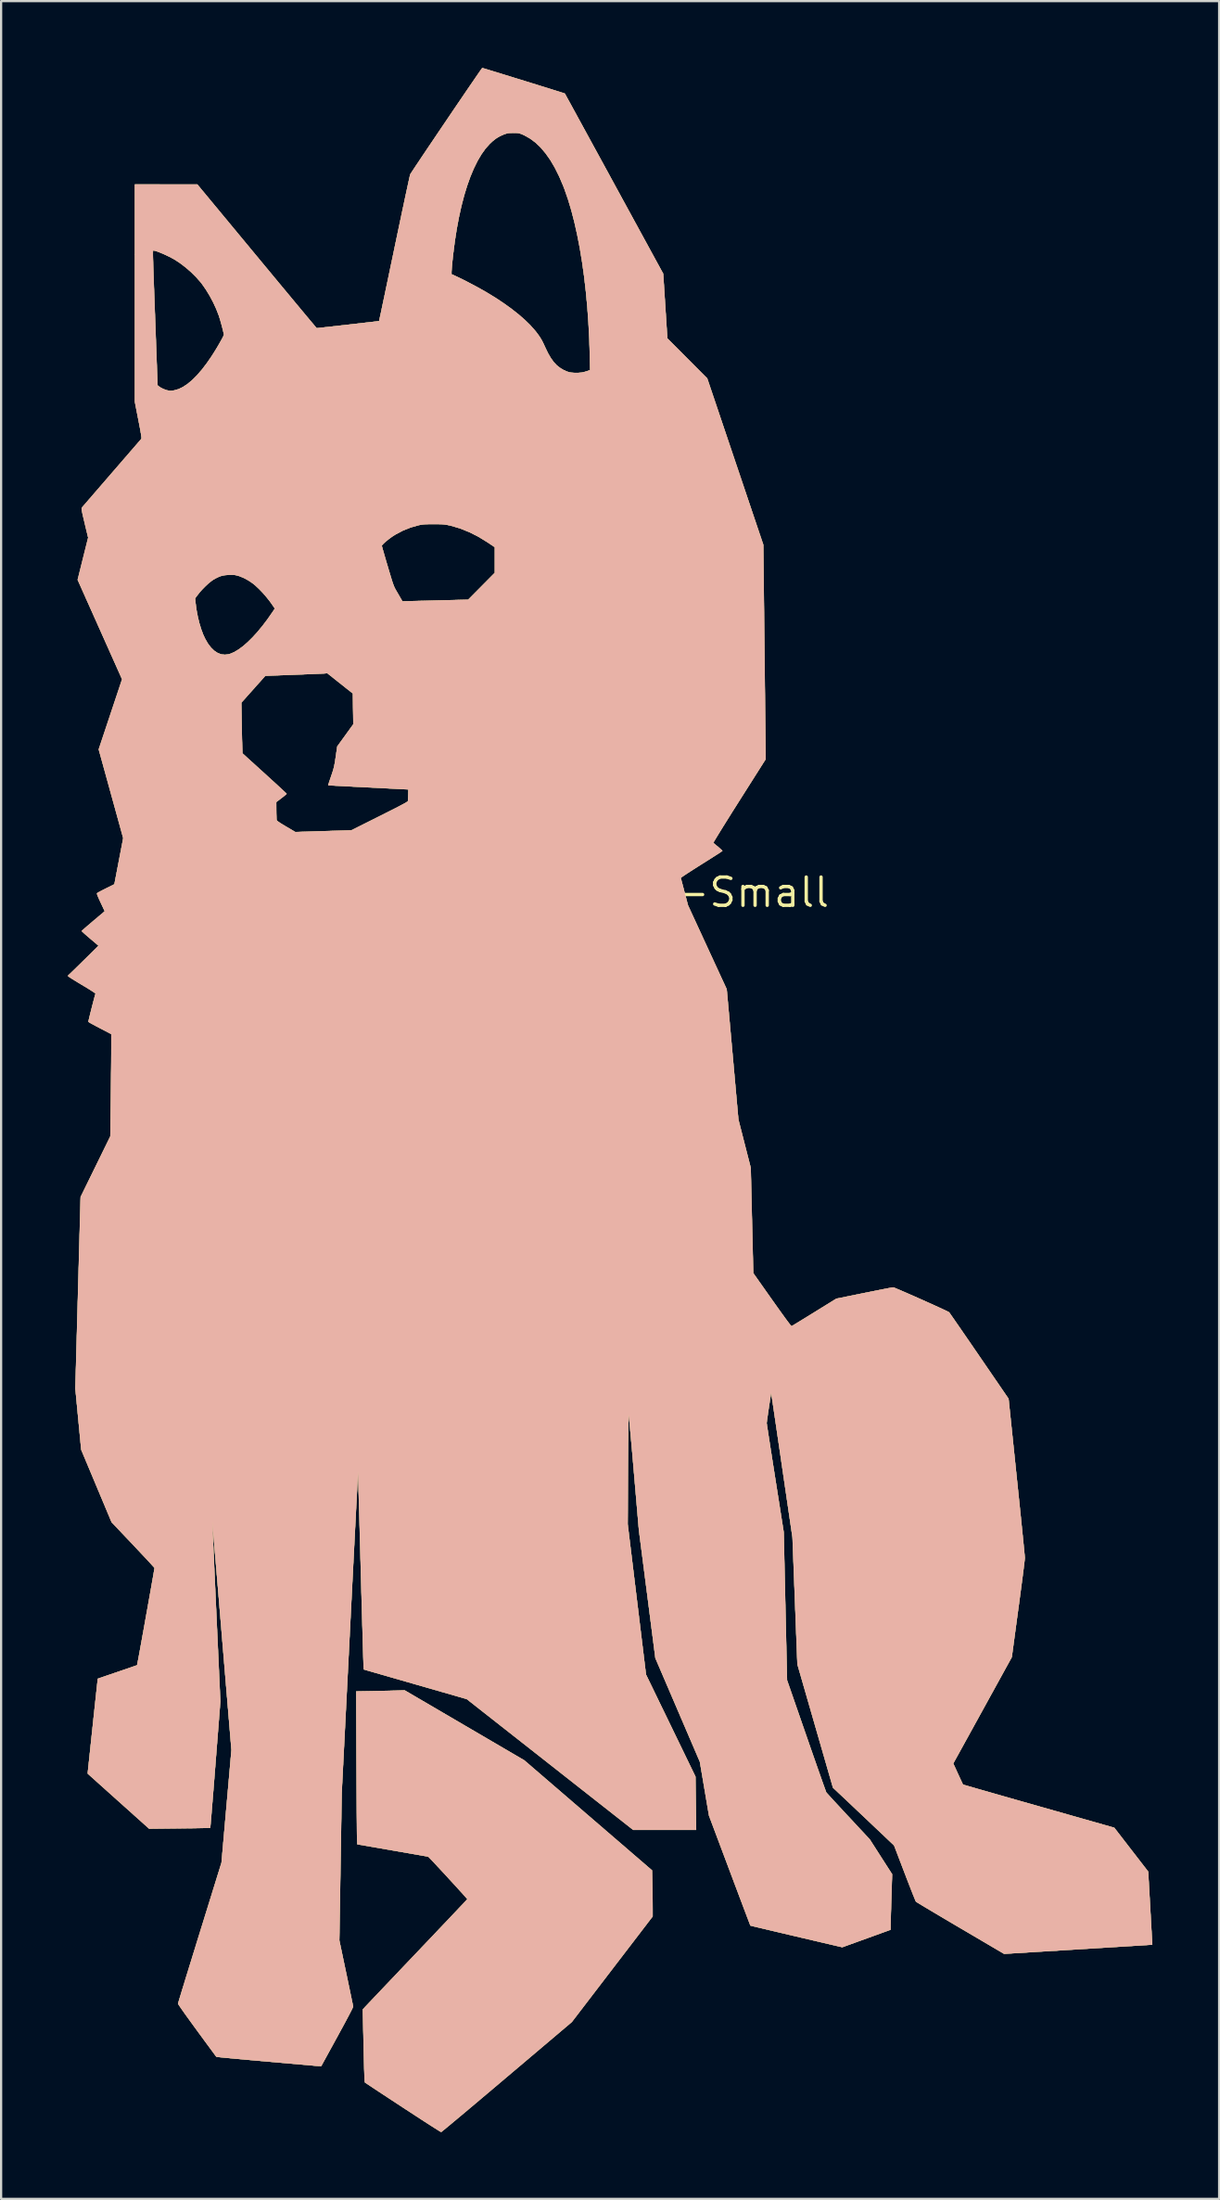
<source format=kicad_pcb>
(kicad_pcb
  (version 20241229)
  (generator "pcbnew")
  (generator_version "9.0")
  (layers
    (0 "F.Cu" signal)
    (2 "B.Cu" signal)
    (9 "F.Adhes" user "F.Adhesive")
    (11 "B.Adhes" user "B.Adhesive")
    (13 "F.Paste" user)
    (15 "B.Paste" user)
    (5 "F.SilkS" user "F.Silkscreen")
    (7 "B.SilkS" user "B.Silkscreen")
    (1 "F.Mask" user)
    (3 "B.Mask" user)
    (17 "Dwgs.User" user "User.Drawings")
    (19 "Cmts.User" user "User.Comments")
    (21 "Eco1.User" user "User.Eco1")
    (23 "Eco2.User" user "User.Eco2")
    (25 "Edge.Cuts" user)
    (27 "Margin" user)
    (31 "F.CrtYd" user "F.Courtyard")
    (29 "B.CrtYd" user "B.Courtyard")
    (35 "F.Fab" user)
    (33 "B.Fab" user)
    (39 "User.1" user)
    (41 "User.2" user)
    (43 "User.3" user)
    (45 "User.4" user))
  (footprint "Sasha-Ready-Small"
    (layer "F.Cu")
    (at 24.283 37.026)
    (property "Reference" "Sasha-Ready-Small" (at 0 0 0) (layer "F.SilkS") (effects (font (size 1.27 1.27) (thickness 0.15))))
    (attr through_hole)
    (fp_poly (pts (xy -6.465 37.407) (xy -3.776 38.98) (xy 1.962 43.92) (xy 1.976 44.654) (xy 1.979 44.843) (xy 1.982 45.032) (xy 1.985 45.214) (xy 1.987 45.382) (xy 1.988 45.526) (xy 1.989 45.641) (xy 1.989 45.686) (xy 1.989 45.985) (xy 0.173 48.355) (xy -1.642 50.725) (xy -4.562 53.195) (xy -4.867 53.453) (xy -5.164 53.704) (xy -5.45 53.945) (xy -5.725 54.177) (xy -5.986 54.397) (xy -6.233 54.604) (xy -6.462 54.797) (xy -6.674 54.974) (xy -6.866 55.134) (xy -7.036 55.276) (xy -7.183 55.398) (xy -7.305 55.499) (xy -7.4 55.577) (xy -7.468 55.632) (xy -7.506 55.661) (xy -7.514 55.666) (xy -7.536 55.655) (xy -7.591 55.622) (xy -7.676 55.569) (xy -7.789 55.498) (xy -7.928 55.409) (xy -8.089 55.306) (xy -8.271 55.189) (xy -8.471 55.059) (xy -8.686 54.919) (xy -8.914 54.771) (xy -9.153 54.615) (xy -9.229 54.565) (xy -9.47 54.407) (xy -9.702 54.255) (xy -9.921 54.111) (xy -10.125 53.977) (xy -10.313 53.854) (xy -10.48 53.743) (xy -10.625 53.647) (xy -10.745 53.567) (xy -10.838 53.505) (xy -10.902 53.463) (xy -10.933 53.441) (xy -10.935 53.439) (xy -10.941 53.417) (xy -10.946 53.362) (xy -10.952 53.273) (xy -10.958 53.149) (xy -10.964 52.989) (xy -10.97 52.791) (xy -10.977 52.554) (xy -10.984 52.278) (xy -10.992 51.961) (xy -10.995 51.789) (xy -11.032 50.164) (xy -10.919 50.042) (xy -10.891 50.013) (xy -10.836 49.955) (xy -10.756 49.87) (xy -10.651 49.759) (xy -10.524 49.625) (xy -10.376 49.47) (xy -10.209 49.294) (xy -10.024 49.1) (xy -9.824 48.889) (xy -9.61 48.664) (xy -9.384 48.426) (xy -9.147 48.177) (xy -8.901 47.918) (xy -8.647 47.652) (xy -8.572 47.574) (xy -8.319 47.308) (xy -8.074 47.05) (xy -7.839 46.803) (xy -7.615 46.567) (xy -7.403 46.344) (xy -7.206 46.136) (xy -7.025 45.945) (xy -6.861 45.773) (xy -6.717 45.62) (xy -6.593 45.489) (xy -6.491 45.381) (xy -6.413 45.299) (xy -6.361 45.243) (xy -6.336 45.215) (xy -6.334 45.213) (xy -6.346 45.195) (xy -6.385 45.149) (xy -6.447 45.079) (xy -6.528 44.988) (xy -6.626 44.879) (xy -6.738 44.756) (xy -6.861 44.621) (xy -6.992 44.478) (xy -7.128 44.33) (xy -7.266 44.18) (xy -7.402 44.032) (xy -7.534 43.89) (xy -7.66 43.755) (xy -7.775 43.632) (xy -7.876 43.523) (xy -7.962 43.433) (xy -8.029 43.363) (xy -8.073 43.319) (xy -8.092 43.302) (xy -8.117 43.297) (xy -8.179 43.285) (xy -8.277 43.268) (xy -8.407 43.245) (xy -8.566 43.217) (xy -8.75 43.185) (xy -8.956 43.149) (xy -9.181 43.109) (xy -9.421 43.068) (xy -9.673 43.024) (xy -9.698 43.02) (xy -11.278 42.747) (xy -11.29 42.471) (xy -11.291 42.418) (xy -11.293 42.325) (xy -11.295 42.195) (xy -11.297 42.031) (xy -11.298 41.834) (xy -11.3 41.609) (xy -11.302 41.356) (xy -11.304 41.079) (xy -11.306 40.781) (xy -11.308 40.464) (xy -11.31 40.131) (xy -11.311 39.783) (xy -11.313 39.425) (xy -11.315 39.058) (xy -11.315 39.039) (xy -11.327 35.882) (xy -10.611 35.87) (xy -10.42 35.866) (xy -10.223 35.862) (xy -10.03 35.858) (xy -9.85 35.854) (xy -9.691 35.85) (xy -9.562 35.847) (xy -9.525 35.845) (xy -9.155 35.834) (xy -6.465 37.407)) (stroke (width 0.01) (type solid)) (fill yes) (layer "F.SilkS"))
    (fp_poly (pts (xy -5.641 -37.014) (xy -5.581 -36.997) (xy -5.488 -36.969) (xy -5.365 -36.931) (xy -5.215 -36.886) (xy -5.043 -36.833) (xy -4.851 -36.774) (xy -4.643 -36.71) (xy -4.422 -36.642) (xy -4.193 -36.571) (xy -3.957 -36.499) (xy -3.72 -36.425) (xy -3.484 -36.352) (xy -3.253 -36.281) (xy -3.03 -36.211) (xy -2.818 -36.146) (xy -2.622 -36.085) (xy -2.445 -36.029) (xy -2.29 -35.981) (xy -2.16 -35.94) (xy -2.06 -35.908) (xy -1.992 -35.886) (xy -1.96 -35.875) (xy -1.958 -35.874) (xy -1.948 -35.855) (xy -1.917 -35.801) (xy -1.869 -35.712) (xy -1.803 -35.592) (xy -1.72 -35.441) (xy -1.622 -35.262) (xy -1.509 -35.056) (xy -1.383 -34.824) (xy -1.243 -34.568) (xy -1.091 -34.291) (xy -0.929 -33.993) (xy -0.756 -33.677) (xy -0.574 -33.344) (xy -0.384 -32.996) (xy -0.186 -32.634) (xy 0.018 -32.261) (xy 0.227 -31.877) (xy 0.255 -31.825) (xy 2.462 -27.783) (xy 2.555 -26.332) (xy 2.648 -24.881) (xy 3.544 -23.982) (xy 4.44 -23.082) (xy 5.7 -19.346) (xy 6.96 -15.61) (xy 7.066 -5.983) (xy 5.88 -4.112) (xy 5.718 -3.856) (xy 5.563 -3.611) (xy 5.417 -3.377) (xy 5.28 -3.159) (xy 5.154 -2.957) (xy 5.042 -2.776) (xy 4.943 -2.615) (xy 4.86 -2.479) (xy 4.794 -2.37) (xy 4.746 -2.289) (xy 4.719 -2.24) (xy 4.712 -2.225) (xy 4.735 -2.205) (xy 4.783 -2.165) (xy 4.849 -2.109) (xy 4.927 -2.045) (xy 5.002 -1.98) (xy 5.064 -1.925) (xy 5.106 -1.885) (xy 5.122 -1.867) (xy 5.122 -1.867) (xy 5.105 -1.853) (xy 5.055 -1.819) (xy 4.976 -1.767) (xy 4.87 -1.699) (xy 4.742 -1.617) (xy 4.595 -1.523) (xy 4.432 -1.42) (xy 4.256 -1.309) (xy 4.182 -1.263) (xy 4 -1.148) (xy 3.831 -1.041) (xy 3.677 -0.942) (xy 3.542 -0.854) (xy 3.429 -0.779) (xy 3.34 -0.719) (xy 3.28 -0.676) (xy 3.252 -0.652) (xy 3.25 -0.649) (xy 3.257 -0.623) (xy 3.274 -0.561) (xy 3.299 -0.469) (xy 3.33 -0.352) (xy 3.366 -0.216) (xy 3.406 -0.065) (xy 3.417 -0.021) (xy 3.577 0.582) (xy 4.446 2.466) (xy 5.316 4.35) (xy 5.579 7.276) (xy 5.841 10.202) (xy 6.396 12.372) (xy 6.452 14.735) (xy 6.509 17.099) (xy 7.355 18.297) (xy 7.546 18.565) (xy 7.713 18.8) (xy 7.858 19) (xy 7.978 19.166) (xy 8.076 19.297) (xy 8.15 19.394) (xy 8.2 19.456) (xy 8.227 19.482) (xy 8.231 19.484) (xy 8.254 19.471) (xy 8.309 19.438) (xy 8.394 19.386) (xy 8.505 19.319) (xy 8.638 19.237) (xy 8.79 19.144) (xy 8.958 19.041) (xy 9.139 18.929) (xy 9.251 18.86) (xy 10.242 18.247) (xy 11.495 17.992) (xy 11.72 17.947) (xy 11.934 17.904) (xy 12.133 17.864) (xy 12.312 17.828) (xy 12.469 17.798) (xy 12.6 17.772) (xy 12.7 17.754) (xy 12.766 17.742) (xy 12.795 17.738) (xy 12.823 17.746) (xy 12.885 17.77) (xy 12.977 17.809) (xy 13.096 17.859) (xy 13.238 17.92) (xy 13.398 17.99) (xy 13.572 18.066) (xy 13.756 18.147) (xy 13.946 18.231) (xy 14.139 18.317) (xy 14.33 18.403) (xy 14.515 18.486) (xy 14.69 18.565) (xy 14.851 18.639) (xy 14.994 18.705) (xy 15.115 18.761) (xy 15.21 18.806) (xy 15.275 18.839) (xy 15.305 18.856) (xy 15.307 18.857) (xy 15.323 18.879) (xy 15.362 18.933) (xy 15.421 19.018) (xy 15.5 19.131) (xy 15.596 19.27) (xy 15.708 19.432) (xy 15.835 19.615) (xy 15.974 19.818) (xy 16.125 20.037) (xy 16.286 20.27) (xy 16.454 20.516) (xy 16.63 20.771) (xy 16.66 20.816) (xy 17.979 22.74) (xy 18.344 26.256) (xy 18.384 26.639) (xy 18.422 27.012) (xy 18.46 27.373) (xy 18.495 27.718) (xy 18.529 28.047) (xy 18.56 28.356) (xy 18.589 28.643) (xy 18.616 28.907) (xy 18.64 29.144) (xy 18.66 29.352) (xy 18.678 29.53) (xy 18.692 29.675) (xy 18.702 29.784) (xy 18.708 29.856) (xy 18.71 29.887) (xy 18.707 29.924) (xy 18.699 30) (xy 18.686 30.112) (xy 18.668 30.257) (xy 18.647 30.432) (xy 18.621 30.634) (xy 18.592 30.86) (xy 18.559 31.108) (xy 18.524 31.373) (xy 18.487 31.654) (xy 18.448 31.948) (xy 18.417 32.173) (xy 18.124 34.343) (xy 16.809 36.731) (xy 15.493 39.118) (xy 15.709 39.588) (xy 15.769 39.719) (xy 15.823 39.836) (xy 15.869 39.935) (xy 15.904 40.009) (xy 15.926 40.055) (xy 15.932 40.067) (xy 15.952 40.073) (xy 16.012 40.091) (xy 16.108 40.119) (xy 16.238 40.156) (xy 16.4 40.203) (xy 16.593 40.259) (xy 16.814 40.322) (xy 17.06 40.392) (xy 17.33 40.47) (xy 17.622 40.553) (xy 17.934 40.642) (xy 18.263 40.736) (xy 18.607 40.834) (xy 18.965 40.935) (xy 19.333 41.04) (xy 22.729 42.005) (xy 23.49 42.99) (xy 24.252 43.975) (xy 24.34 45.53) (xy 24.354 45.785) (xy 24.368 46.029) (xy 24.38 46.259) (xy 24.392 46.471) (xy 24.403 46.662) (xy 24.412 46.828) (xy 24.42 46.965) (xy 24.426 47.07) (xy 24.43 47.14) (xy 24.432 47.17) (xy 24.436 47.255) (xy 24.024 47.281) (xy 23.952 47.286) (xy 23.842 47.293) (xy 23.695 47.302) (xy 23.514 47.313) (xy 23.302 47.326) (xy 23.063 47.341) (xy 22.799 47.357) (xy 22.512 47.375) (xy 22.207 47.394) (xy 21.885 47.414) (xy 21.55 47.435) (xy 21.204 47.456) (xy 20.851 47.478) (xy 20.697 47.487) (xy 17.783 47.666) (xy 15.819 46.511) (xy 15.553 46.355) (xy 15.298 46.204) (xy 15.055 46.061) (xy 14.827 45.925) (xy 14.616 45.8) (xy 14.424 45.686) (xy 14.255 45.585) (xy 14.11 45.498) (xy 13.991 45.426) (xy 13.902 45.372) (xy 13.845 45.336) (xy 13.822 45.32) (xy 13.822 45.319) (xy 13.808 45.294) (xy 13.782 45.232) (xy 13.743 45.137) (xy 13.693 45.014) (xy 13.634 44.864) (xy 13.567 44.693) (xy 13.493 44.503) (xy 13.413 44.297) (xy 13.33 44.08) (xy 13.315 44.041) (xy 12.84 42.799) (xy 11.572 41.598) (xy 11.374 41.411) (xy 11.183 41.231) (xy 11.002 41.059) (xy 10.833 40.899) (xy 10.678 40.753) (xy 10.54 40.623) (xy 10.422 40.511) (xy 10.325 40.421) (xy 10.254 40.353) (xy 10.209 40.311) (xy 10.198 40.301) (xy 10.094 40.206) (xy 8.494 34.66) (xy 8.274 28.967) (xy 7.797 25.718) (xy 7.744 25.352) (xy 7.692 24.998) (xy 7.642 24.658) (xy 7.594 24.334) (xy 7.549 24.028) (xy 7.507 23.743) (xy 7.468 23.48) (xy 7.433 23.242) (xy 7.402 23.032) (xy 7.375 22.851) (xy 7.352 22.702) (xy 7.335 22.588) (xy 7.323 22.509) (xy 7.317 22.469) (xy 7.316 22.464) (xy 7.311 22.482) (xy 7.302 22.537) (xy 7.288 22.621) (xy 7.271 22.729) (xy 7.251 22.856) (xy 7.23 22.995) (xy 7.208 23.14) (xy 7.186 23.285) (xy 7.166 23.425) (xy 7.148 23.554) (xy 7.132 23.665) (xy 7.12 23.753) (xy 7.113 23.812) (xy 7.111 23.834) (xy 7.115 23.861) (xy 7.124 23.928) (xy 7.14 24.031) (xy 7.161 24.168) (xy 7.186 24.336) (xy 7.217 24.532) (xy 7.251 24.754) (xy 7.289 24.999) (xy 7.331 25.265) (xy 7.375 25.548) (xy 7.422 25.847) (xy 7.471 26.157) (xy 7.495 26.31) (xy 7.877 28.734) (xy 7.952 32.057) (xy 8.027 35.38) (xy 8.894 37.878) (xy 9.003 38.191) (xy 9.108 38.494) (xy 9.209 38.784) (xy 9.305 39.058) (xy 9.395 39.314) (xy 9.478 39.549) (xy 9.553 39.762) (xy 9.619 39.949) (xy 9.675 40.108) (xy 9.722 40.237) (xy 9.757 40.334) (xy 9.78 40.395) (xy 9.789 40.418) (xy 9.808 40.44) (xy 9.854 40.491) (xy 9.923 40.567) (xy 10.014 40.666) (xy 10.124 40.786) (xy 10.25 40.923) (xy 10.391 41.075) (xy 10.543 41.239) (xy 10.705 41.413) (xy 10.781 41.494) (xy 11.744 42.529) (xy 12.245 43.31) (xy 12.747 44.091) (xy 12.713 45.196) (xy 12.706 45.414) (xy 12.7 45.623) (xy 12.694 45.818) (xy 12.689 45.995) (xy 12.685 46.15) (xy 12.682 46.278) (xy 12.68 46.373) (xy 12.679 46.433) (xy 12.679 46.442) (xy 12.679 46.583) (xy 10.509 47.368) (xy 8.45 46.886) (xy 8.162 46.818) (xy 7.886 46.753) (xy 7.625 46.692) (xy 7.381 46.634) (xy 7.157 46.581) (xy 6.956 46.533) (xy 6.781 46.492) (xy 6.634 46.457) (xy 6.518 46.429) (xy 6.436 46.409) (xy 6.391 46.397) (xy 6.383 46.395) (xy 6.375 46.374) (xy 6.353 46.317) (xy 6.317 46.224) (xy 6.27 46.099) (xy 6.211 45.944) (xy 6.142 45.761) (xy 6.063 45.553) (xy 5.976 45.322) (xy 5.881 45.071) (xy 5.78 44.801) (xy 5.672 44.516) (xy 5.56 44.217) (xy 5.449 43.922) (xy 4.523 41.457) (xy 4.113 39.042) (xy 3.114 36.714) (xy 2.114 34.385) (xy 1.744 31.507) (xy 1.373 28.628) (xy 1.145 25.982) (xy 1.111 25.584) (xy 1.08 25.226) (xy 1.052 24.907) (xy 1.027 24.625) (xy 1.005 24.378) (xy 0.985 24.166) (xy 0.968 23.985) (xy 0.954 23.835) (xy 0.942 23.714) (xy 0.931 23.619) (xy 0.923 23.55) (xy 0.916 23.505) (xy 0.911 23.481) (xy 0.907 23.478) (xy 0.904 23.494) (xy 0.904 23.495) (xy 0.902 23.537) (xy 0.9 23.619) (xy 0.898 23.737) (xy 0.896 23.888) (xy 0.893 24.071) (xy 0.891 24.281) (xy 0.889 24.515) (xy 0.887 24.772) (xy 0.885 25.047) (xy 0.883 25.338) (xy 0.881 25.643) (xy 0.879 25.957) (xy 0.879 26.014) (xy 0.867 28.374) (xy 1.278 31.75) (xy 1.689 35.126) (xy 2.801 37.418) (xy 3.912 39.71) (xy 3.943 42.1) (xy 1.119 42.1) (xy -2.621 39.162) (xy -6.361 36.224) (xy -8.672 35.56) (xy -10.984 34.895) (xy -10.994 34.81) (xy -10.996 34.78) (xy -10.998 34.711) (xy -11.002 34.603) (xy -11.007 34.459) (xy -11.012 34.28) (xy -11.019 34.07) (xy -11.026 33.829) (xy -11.034 33.56) (xy -11.042 33.265) (xy -11.051 32.946) (xy -11.061 32.605) (xy -11.071 32.244) (xy -11.082 31.865) (xy -11.093 31.47) (xy -11.104 31.061) (xy -11.116 30.64) (xy -11.123 30.364) (xy -11.135 29.937) (xy -11.146 29.522) (xy -11.157 29.12) (xy -11.168 28.733) (xy -11.178 28.363) (xy -11.188 28.012) (xy -11.197 27.683) (xy -11.206 27.377) (xy -11.214 27.096) (xy -11.221 26.842) (xy -11.227 26.617) (xy -11.233 26.423) (xy -11.238 26.262) (xy -11.241 26.136) (xy -11.244 26.047) (xy -11.246 25.998) (xy -11.246 25.987) (xy -11.248 26.007) (xy -11.251 26.067) (xy -11.256 26.167) (xy -11.264 26.304) (xy -11.273 26.478) (xy -11.284 26.686) (xy -11.296 26.927) (xy -11.31 27.2) (xy -11.326 27.503) (xy -11.343 27.834) (xy -11.361 28.193) (xy -11.381 28.577) (xy -11.402 28.985) (xy -11.424 29.415) (xy -11.447 29.867) (xy -11.471 30.338) (xy -11.496 30.826) (xy -11.521 31.331) (xy -11.548 31.851) (xy -11.575 32.384) (xy -11.602 32.929) (xy -11.616 33.205) (xy -11.982 40.439) (xy -12.089 47.064) (xy -11.782 48.525) (xy -11.731 48.768) (xy -11.683 49) (xy -11.637 49.217) (xy -11.596 49.416) (xy -11.559 49.593) (xy -11.528 49.745) (xy -11.502 49.868) (xy -11.483 49.959) (xy -11.472 50.015) (xy -11.469 50.031) (xy -11.478 50.06) (xy -11.507 50.124) (xy -11.556 50.224) (xy -11.625 50.358) (xy -11.713 50.526) (xy -11.82 50.726) (xy -11.945 50.958) (xy -12.089 51.221) (xy -12.181 51.391) (xy -12.901 52.704) (xy -13.018 52.701) (xy -13.094 52.698) (xy -13.161 52.694) (xy -13.187 52.691) (xy -13.215 52.688) (xy -13.282 52.682) (xy -13.386 52.673) (xy -13.523 52.66) (xy -13.691 52.645) (xy -13.887 52.628) (xy -14.108 52.608) (xy -14.351 52.587) (xy -14.613 52.564) (xy -14.892 52.54) (xy -15.184 52.514) (xy -15.418 52.494) (xy -15.718 52.467) (xy -16.006 52.442) (xy -16.279 52.417) (xy -16.534 52.394) (xy -16.769 52.373) (xy -16.981 52.353) (xy -17.167 52.335) (xy -17.325 52.32) (xy -17.451 52.307) (xy -17.542 52.297) (xy -17.597 52.29) (xy -17.611 52.287) (xy -17.626 52.268) (xy -17.664 52.217) (xy -17.722 52.138) (xy -17.799 52.033) (xy -17.894 51.905) (xy -18.002 51.758) (xy -18.124 51.593) (xy -18.255 51.413) (xy -18.396 51.222) (xy -18.48 51.107) (xy -18.642 50.885) (xy -18.791 50.68) (xy -18.925 50.495) (xy -19.043 50.33) (xy -19.142 50.189) (xy -19.222 50.074) (xy -19.282 49.986) (xy -19.319 49.928) (xy -19.332 49.901) (xy -19.332 49.9) (xy -19.325 49.876) (xy -19.307 49.813) (xy -19.277 49.714) (xy -19.237 49.581) (xy -19.187 49.417) (xy -19.128 49.223) (xy -19.06 49.002) (xy -18.985 48.757) (xy -18.902 48.488) (xy -18.813 48.199) (xy -18.718 47.892) (xy -18.618 47.568) (xy -18.514 47.231) (xy -18.406 46.881) (xy -18.354 46.715) (xy -17.379 43.571) (xy -17.156 41.042) (xy -16.933 38.513) (xy -17.362 33.376) (xy -17.4 32.914) (xy -17.438 32.463) (xy -17.475 32.025) (xy -17.51 31.601) (xy -17.544 31.195) (xy -17.577 30.807) (xy -17.608 30.439) (xy -17.637 30.093) (xy -17.665 29.771) (xy -17.69 29.475) (xy -17.713 29.206) (xy -17.733 28.967) (xy -17.751 28.758) (xy -17.766 28.583) (xy -17.778 28.442) (xy -17.788 28.338) (xy -17.794 28.272) (xy -17.797 28.246) (xy -17.797 28.246) (xy -17.796 28.268) (xy -17.794 28.329) (xy -17.79 28.429) (xy -17.785 28.565) (xy -17.778 28.735) (xy -17.769 28.937) (xy -17.759 29.169) (xy -17.748 29.43) (xy -17.735 29.715) (xy -17.721 30.025) (xy -17.707 30.357) (xy -17.691 30.708) (xy -17.674 31.077) (xy -17.657 31.461) (xy -17.639 31.859) (xy -17.62 32.269) (xy -17.619 32.293) (xy -17.435 36.333) (xy -17.657 39.164) (xy -17.684 39.506) (xy -17.71 39.836) (xy -17.735 40.153) (xy -17.759 40.453) (xy -17.782 40.733) (xy -17.803 40.993) (xy -17.822 41.228) (xy -17.839 41.437) (xy -17.854 41.617) (xy -17.867 41.766) (xy -17.877 41.881) (xy -17.884 41.96) (xy -17.888 42) (xy -17.889 42.005) (xy -17.912 42.007) (xy -17.973 42.01) (xy -18.069 42.012) (xy -18.197 42.015) (xy -18.354 42.018) (xy -18.534 42.021) (xy -18.736 42.024) (xy -18.955 42.026) (xy -19.188 42.029) (xy -19.266 42.03) (xy -20.632 42.044) (xy -21.963 40.852) (xy -22.166 40.67) (xy -22.361 40.495) (xy -22.545 40.33) (xy -22.716 40.177) (xy -22.872 40.037) (xy -23.01 39.914) (xy -23.127 39.808) (xy -23.222 39.723) (xy -23.291 39.661) (xy -23.333 39.623) (xy -23.344 39.613) (xy -23.393 39.566) (xy -23.167 37.441) (xy -23.136 37.146) (xy -23.106 36.863) (xy -23.077 36.595) (xy -23.05 36.344) (xy -23.025 36.114) (xy -23.003 35.908) (xy -22.984 35.727) (xy -22.967 35.576) (xy -22.954 35.456) (xy -22.945 35.371) (xy -22.939 35.323) (xy -22.938 35.313) (xy -22.918 35.306) (xy -22.861 35.287) (xy -22.773 35.256) (xy -22.657 35.216) (xy -22.518 35.168) (xy -22.358 35.114) (xy -22.183 35.054) (xy -22.057 35.011) (xy -21.873 34.948) (xy -21.702 34.89) (xy -21.548 34.837) (xy -21.415 34.791) (xy -21.307 34.753) (xy -21.228 34.726) (xy -21.183 34.709) (xy -21.173 34.705) (xy -21.167 34.683) (xy -21.156 34.623) (xy -21.138 34.528) (xy -21.114 34.401) (xy -21.085 34.246) (xy -21.052 34.066) (xy -21.015 33.864) (xy -20.975 33.644) (xy -20.933 33.409) (xy -20.888 33.162) (xy -20.842 32.907) (xy -20.796 32.647) (xy -20.749 32.386) (xy -20.702 32.126) (xy -20.657 31.871) (xy -20.613 31.625) (xy -20.571 31.39) (xy -20.532 31.171) (xy -20.497 30.969) (xy -20.465 30.79) (xy -20.438 30.636) (xy -20.417 30.51) (xy -20.401 30.416) (xy -20.391 30.357) (xy -20.389 30.337) (xy -20.404 30.317) (xy -20.446 30.269) (xy -20.512 30.196) (xy -20.6 30.1) (xy -20.708 29.984) (xy -20.833 29.85) (xy -20.972 29.702) (xy -21.123 29.541) (xy -21.285 29.37) (xy -21.356 29.294) (xy -22.319 28.279) (xy -22.425 28.025) (xy -17.819 28.025) (xy -17.816 28.055) (xy -17.808 28.051) (xy -17.806 28.008) (xy -17.808 27.998) (xy -17.816 27.996) (xy -17.819 28.025) (xy -22.425 28.025) (xy -23.001 26.652) (xy -23.683 25.025) (xy -23.815 23.652) (xy -23.946 22.278) (xy -23.71 13.679) (xy -23.042 12.316) (xy -22.374 10.954) (xy -22.352 9.271) (xy -22.349 8.989) (xy -22.346 8.705) (xy -22.343 8.425) (xy -22.34 8.153) (xy -22.337 7.894) (xy -22.335 7.653) (xy -22.334 7.435) (xy -22.332 7.244) (xy -22.332 7.087) (xy -22.331 6.974) (xy -22.331 6.361) (xy -22.841 6.096) (xy -22.976 6.025) (xy -23.098 5.96) (xy -23.203 5.904) (xy -23.284 5.858) (xy -23.338 5.825) (xy -23.36 5.81) (xy -23.36 5.81) (xy -23.357 5.786) (xy -23.344 5.728) (xy -23.323 5.641) (xy -23.297 5.532) (xy -23.266 5.406) (xy -23.231 5.269) (xy -23.196 5.129) (xy -23.16 4.99) (xy -23.126 4.86) (xy -23.095 4.743) (xy -23.069 4.647) (xy -23.049 4.577) (xy -23.039 4.543) (xy -23.054 4.527) (xy -23.102 4.492) (xy -23.179 4.441) (xy -23.28 4.376) (xy -23.402 4.3) (xy -23.541 4.216) (xy -23.654 4.149) (xy -23.801 4.061) (xy -23.935 3.979) (xy -24.053 3.906) (xy -24.151 3.844) (xy -24.223 3.796) (xy -24.267 3.764) (xy -24.278 3.753) (xy -24.262 3.722) (xy -24.238 3.699) (xy -24.214 3.679) (xy -24.164 3.632) (xy -24.091 3.561) (xy -23.997 3.471) (xy -23.887 3.363) (xy -23.763 3.242) (xy -23.63 3.11) (xy -23.55 3.032) (xy -22.903 2.393) (xy -23.284 2.07) (xy -23.391 1.979) (xy -23.486 1.896) (xy -23.564 1.826) (xy -23.622 1.773) (xy -23.654 1.74) (xy -23.659 1.732) (xy -23.642 1.714) (xy -23.595 1.672) (xy -23.517 1.604) (xy -23.408 1.51) (xy -23.267 1.39) (xy -23.095 1.244) (xy -22.891 1.072) (xy -22.688 0.9) (xy -22.624 0.847) (xy -22.808 0.455) (xy -22.875 0.311) (xy -22.924 0.201) (xy -22.955 0.121) (xy -22.971 0.069) (xy -22.972 0.041) (xy -22.97 0.037) (xy -22.945 0.02) (xy -22.888 -0.013) (xy -22.805 -0.057) (xy -22.703 -0.11) (xy -22.587 -0.168) (xy -22.57 -0.177) (xy -22.193 -0.364) (xy -21.795 -2.436) (xy -22.345 -4.43) (xy -22.896 -6.424) (xy -22.371 -7.998) (xy -22.196 -8.522) (xy -16.491 -8.522) (xy -16.479 -7.769) (xy -16.475 -7.574) (xy -16.472 -7.372) (xy -16.468 -7.174) (xy -16.464 -6.988) (xy -16.46 -6.823) (xy -16.456 -6.687) (xy -16.454 -6.63) (xy -16.442 -6.244) (xy -15.449 -5.343) (xy -15.276 -5.186) (xy -15.112 -5.036) (xy -14.961 -4.898) (xy -14.824 -4.773) (xy -14.705 -4.663) (xy -14.606 -4.571) (xy -14.531 -4.5) (xy -14.48 -4.452) (xy -14.458 -4.429) (xy -14.457 -4.427) (xy -14.473 -4.41) (xy -14.517 -4.372) (xy -14.582 -4.319) (xy -14.663 -4.256) (xy -14.69 -4.235) (xy -14.922 -4.058) (xy -14.92 -3.675) (xy -14.919 -3.549) (xy -14.916 -3.434) (xy -14.913 -3.34) (xy -14.909 -3.273) (xy -14.905 -3.244) (xy -14.886 -3.219) (xy -14.84 -3.181) (xy -14.764 -3.128) (xy -14.656 -3.06) (xy -14.513 -2.974) (xy -14.478 -2.953) (xy -14.065 -2.71) (xy -13.684 -2.722) (xy -13.576 -2.725) (xy -13.433 -2.73) (xy -13.262 -2.735) (xy -13.071 -2.741) (xy -12.867 -2.747) (xy -12.657 -2.754) (xy -12.449 -2.76) (xy -12.425 -2.761) (xy -11.546 -2.787) (xy -10.281 -3.42) (xy -10.015 -3.554) (xy -9.786 -3.669) (xy -9.59 -3.768) (xy -9.427 -3.852) (xy -9.294 -3.922) (xy -9.188 -3.979) (xy -9.109 -4.023) (xy -9.054 -4.057) (xy -9.02 -4.08) (xy -9.007 -4.095) (xy -9.006 -4.096) (xy -9.002 -4.133) (xy -8.998 -4.203) (xy -8.994 -4.294) (xy -8.991 -4.381) (xy -8.985 -4.625) (xy -10.784 -4.717) (xy -11.056 -4.731) (xy -11.316 -4.744) (xy -11.56 -4.757) (xy -11.785 -4.768) (xy -11.989 -4.779) (xy -12.168 -4.789) (xy -12.32 -4.797) (xy -12.44 -4.803) (xy -12.527 -4.808) (xy -12.576 -4.811) (xy -12.587 -4.812) (xy -12.582 -4.832) (xy -12.565 -4.886) (xy -12.538 -4.968) (xy -12.503 -5.072) (xy -12.462 -5.192) (xy -12.453 -5.218) (xy -12.406 -5.356) (xy -12.37 -5.47) (xy -12.341 -5.57) (xy -12.317 -5.667) (xy -12.297 -5.772) (xy -12.276 -5.894) (xy -12.253 -6.046) (xy -12.247 -6.086) (xy -12.179 -6.553) (xy -11.458 -7.55) (xy -11.468 -8.242) (xy -11.478 -8.934) (xy -12.052 -9.389) (xy -12.626 -9.845) (xy -12.764 -9.833) (xy -12.81 -9.83) (xy -12.894 -9.826) (xy -13.012 -9.821) (xy -13.159 -9.815) (xy -13.333 -9.807) (xy -13.527 -9.8) (xy -13.738 -9.791) (xy -13.962 -9.783) (xy -14.158 -9.775) (xy -15.414 -9.728) (xy -15.953 -9.125) (xy -16.491 -8.522) (xy -22.196 -8.522) (xy -21.846 -9.572) (xy -22.844 -11.806) (xy -23.47 -13.206) (xy -18.57 -13.206) (xy -18.545 -12.969) (xy -18.504 -12.672) (xy -18.448 -12.376) (xy -18.378 -12.089) (xy -18.296 -11.82) (xy -18.205 -11.577) (xy -18.12 -11.394) (xy -17.992 -11.173) (xy -17.855 -10.993) (xy -17.709 -10.851) (xy -17.555 -10.75) (xy -17.395 -10.69) (xy -17.228 -10.671) (xy -17.056 -10.693) (xy -16.991 -10.712) (xy -16.811 -10.789) (xy -16.618 -10.904) (xy -16.414 -11.054) (xy -16.202 -11.238) (xy -15.983 -11.454) (xy -15.76 -11.7) (xy -15.535 -11.973) (xy -15.308 -12.272) (xy -15.094 -12.58) (xy -14.982 -12.746) (xy -15.062 -12.866) (xy -15.202 -13.064) (xy -15.359 -13.263) (xy -15.527 -13.456) (xy -15.697 -13.633) (xy -15.862 -13.786) (xy -15.981 -13.883) (xy -16.17 -14.01) (xy -16.368 -14.118) (xy -16.562 -14.199) (xy -16.648 -14.225) (xy -16.733 -14.247) (xy -16.81 -14.259) (xy -16.894 -14.264) (xy -16.998 -14.264) (xy -17.059 -14.261) (xy -17.225 -14.248) (xy -17.368 -14.221) (xy -17.504 -14.175) (xy -17.645 -14.105) (xy -17.759 -14.039) (xy -17.864 -13.964) (xy -17.986 -13.862) (xy -18.114 -13.743) (xy -18.241 -13.613) (xy -18.358 -13.482) (xy -18.447 -13.371) (xy -18.57 -13.206) (xy -23.47 -13.206) (xy -23.842 -14.04) (xy -23.606 -14.986) (xy -23.461 -15.566) (xy -10.181 -15.566) (xy -10.175 -15.539) (xy -10.159 -15.477) (xy -10.132 -15.383) (xy -10.097 -15.261) (xy -10.055 -15.115) (xy -10.008 -14.951) (xy -9.955 -14.771) (xy -9.918 -14.648) (xy -9.854 -14.432) (xy -9.8 -14.252) (xy -9.755 -14.103) (xy -9.717 -13.983) (xy -9.685 -13.885) (xy -9.656 -13.806) (xy -9.631 -13.741) (xy -9.606 -13.685) (xy -9.581 -13.635) (xy -9.553 -13.586) (xy -9.541 -13.564) (xy -9.481 -13.462) (xy -9.418 -13.353) (xy -9.362 -13.256) (xy -9.34 -13.219) (xy -9.254 -13.07) (xy -9.014 -13.076) (xy -8.948 -13.078) (xy -8.844 -13.08) (xy -8.708 -13.084) (xy -8.543 -13.088) (xy -8.355 -13.092) (xy -8.149 -13.097) (xy -7.928 -13.103) (xy -7.698 -13.109) (xy -7.535 -13.113) (xy -6.297 -13.144) (xy -5.699 -13.747) (xy -5.101 -14.351) (xy -5.101 -15.505) (xy -5.425 -15.722) (xy -5.823 -15.967) (xy -6.224 -16.171) (xy -6.628 -16.336) (xy -7.033 -16.459) (xy -7.176 -16.492) (xy -7.258 -16.509) (xy -7.335 -16.521) (xy -7.415 -16.53) (xy -7.507 -16.536) (xy -7.619 -16.539) (xy -7.761 -16.54) (xy -7.853 -16.54) (xy -8.014 -16.54) (xy -8.141 -16.538) (xy -8.243 -16.533) (xy -8.327 -16.526) (xy -8.402 -16.516) (xy -8.476 -16.502) (xy -8.513 -16.494) (xy -8.884 -16.39) (xy -9.238 -16.248) (xy -9.572 -16.07) (xy -9.694 -15.993) (xy -9.795 -15.922) (xy -9.896 -15.845) (xy -9.99 -15.768) (xy -10.071 -15.696) (xy -10.134 -15.634) (xy -10.172 -15.587) (xy -10.181 -15.566) (xy -23.461 -15.566) (xy -23.37 -15.932) (xy -23.527 -16.585) (xy -23.571 -16.774) (xy -23.607 -16.926) (xy -23.633 -17.044) (xy -23.651 -17.133) (xy -23.661 -17.197) (xy -23.664 -17.239) (xy -23.662 -17.264) (xy -23.658 -17.271) (xy -23.641 -17.291) (xy -23.598 -17.341) (xy -23.531 -17.419) (xy -23.442 -17.521) (xy -23.334 -17.647) (xy -23.207 -17.793) (xy -23.065 -17.958) (xy -22.908 -18.139) (xy -22.74 -18.334) (xy -22.561 -18.54) (xy -22.375 -18.756) (xy -22.322 -18.817) (xy -22.133 -19.035) (xy -21.952 -19.244) (xy -21.781 -19.442) (xy -21.62 -19.627) (xy -21.474 -19.797) (xy -21.342 -19.949) (xy -21.228 -20.08) (xy -21.134 -20.19) (xy -21.06 -20.275) (xy -21.01 -20.333) (xy -20.985 -20.362) (xy -20.983 -20.364) (xy -20.977 -20.378) (xy -20.975 -20.403) (xy -20.976 -20.443) (xy -20.983 -20.502) (xy -20.996 -20.583) (xy -21.014 -20.691) (xy -21.039 -20.829) (xy -21.072 -21) (xy -21.112 -21.209) (xy -21.114 -21.217) (xy -21.273 -22.037) (xy -21.273 -28.7) (xy -20.464 -28.7) (xy -20.464 -28.639) (xy -20.463 -28.561) (xy -20.46 -28.464) (xy -20.457 -28.347) (xy -20.453 -28.207) (xy -20.448 -28.043) (xy -20.441 -27.852) (xy -20.434 -27.632) (xy -20.425 -27.382) (xy -20.415 -27.099) (xy -20.403 -26.782) (xy -20.39 -26.427) (xy -20.376 -26.035) (xy -20.362 -25.663) (xy -20.256 -22.771) (xy -20.208 -22.732) (xy -20.103 -22.66) (xy -19.975 -22.598) (xy -19.842 -22.551) (xy -19.718 -22.526) (xy -19.684 -22.523) (xy -19.633 -22.526) (xy -19.56 -22.535) (xy -19.504 -22.544) (xy -19.312 -22.599) (xy -19.113 -22.694) (xy -18.908 -22.83) (xy -18.698 -23.006) (xy -18.482 -23.221) (xy -18.262 -23.474) (xy -18.039 -23.766) (xy -17.831 -24.067) (xy -17.756 -24.184) (xy -17.676 -24.311) (xy -17.595 -24.444) (xy -17.517 -24.576) (xy -17.445 -24.702) (xy -17.381 -24.816) (xy -17.329 -24.913) (xy -17.292 -24.988) (xy -17.274 -25.034) (xy -17.272 -25.043) (xy -17.278 -25.087) (xy -17.294 -25.163) (xy -17.318 -25.264) (xy -17.348 -25.382) (xy -17.382 -25.509) (xy -17.418 -25.637) (xy -17.454 -25.759) (xy -17.487 -25.866) (xy -17.505 -25.919) (xy -17.617 -26.206) (xy -17.753 -26.5) (xy -17.909 -26.792) (xy -18.077 -27.068) (xy -18.252 -27.319) (xy -18.324 -27.411) (xy -18.525 -27.638) (xy -18.753 -27.863) (xy -19 -28.076) (xy -19.252 -28.268) (xy -19.461 -28.405) (xy -19.581 -28.473) (xy -19.715 -28.544) (xy -19.856 -28.612) (xy -19.997 -28.676) (xy -20.131 -28.733) (xy -20.251 -28.779) (xy -20.351 -28.812) (xy -20.422 -28.828) (xy -20.439 -28.829) (xy -20.444 -28.829) (xy -20.449 -28.829) (xy -20.453 -28.826) (xy -20.457 -28.818) (xy -20.46 -28.804) (xy -20.462 -28.78) (xy -20.463 -28.746) (xy -20.464 -28.7) (xy -21.273 -28.7) (xy -21.273 -31.792) (xy -18.468 -31.791) (xy -15.793 -28.564) (xy -15.526 -28.242) (xy -15.266 -27.929) (xy -15.015 -27.626) (xy -14.774 -27.335) (xy -14.543 -27.058) (xy -14.325 -26.796) (xy -14.121 -26.55) (xy -13.931 -26.322) (xy -13.758 -26.114) (xy -13.602 -25.927) (xy -13.465 -25.763) (xy -13.348 -25.624) (xy -13.252 -25.51) (xy -13.179 -25.423) (xy -13.131 -25.366) (xy -13.107 -25.339) (xy -13.105 -25.337) (xy -13.074 -25.34) (xy -13.006 -25.347) (xy -12.906 -25.358) (xy -12.777 -25.372) (xy -12.625 -25.389) (xy -12.452 -25.408) (xy -12.263 -25.429) (xy -12.063 -25.452) (xy -11.856 -25.475) (xy -11.646 -25.499) (xy -11.436 -25.523) (xy -11.233 -25.546) (xy -11.038 -25.569) (xy -10.858 -25.59) (xy -10.695 -25.608) (xy -10.555 -25.625) (xy -10.441 -25.638) (xy -10.358 -25.649) (xy -10.31 -25.655) (xy -10.299 -25.657) (xy -10.294 -25.678) (xy -10.281 -25.738) (xy -10.26 -25.836) (xy -10.231 -25.968) (xy -10.196 -26.133) (xy -10.155 -26.328) (xy -10.108 -26.551) (xy -10.055 -26.801) (xy -9.998 -27.073) (xy -9.936 -27.368) (xy -9.87 -27.681) (xy -9.832 -27.861) (xy -7.048 -27.861) (xy -7.048 -27.76) (xy -6.821 -27.657) (xy -6.69 -27.595) (xy -6.53 -27.517) (xy -6.352 -27.426) (xy -6.161 -27.326) (xy -5.968 -27.223) (xy -5.781 -27.121) (xy -5.607 -27.024) (xy -5.472 -26.946) (xy -5.076 -26.704) (xy -4.705 -26.458) (xy -4.361 -26.211) (xy -4.047 -25.964) (xy -3.765 -25.72) (xy -3.518 -25.48) (xy -3.309 -25.246) (xy -3.198 -25.106) (xy -3.128 -25.009) (xy -3.071 -24.926) (xy -3.022 -24.846) (xy -2.975 -24.762) (xy -2.925 -24.662) (xy -2.868 -24.539) (xy -2.824 -24.443) (xy -2.705 -24.199) (xy -2.584 -23.993) (xy -2.46 -23.821) (xy -2.328 -23.679) (xy -2.312 -23.664) (xy -2.174 -23.555) (xy -2.017 -23.46) (xy -1.856 -23.388) (xy -1.752 -23.356) (xy -1.639 -23.338) (xy -1.501 -23.329) (xy -1.357 -23.33) (xy -1.223 -23.341) (xy -1.175 -23.349) (xy -1.08 -23.37) (xy -0.979 -23.4) (xy -0.934 -23.415) (xy -0.819 -23.458) (xy -0.832 -24.106) (xy -0.855 -24.849) (xy -0.893 -25.579) (xy -0.944 -26.292) (xy -1.009 -26.986) (xy -1.087 -27.66) (xy -1.178 -28.311) (xy -1.281 -28.935) (xy -1.397 -29.531) (xy -1.524 -30.097) (xy -1.662 -30.63) (xy -1.811 -31.127) (xy -1.971 -31.586) (xy -2.026 -31.728) (xy -2.208 -32.155) (xy -2.4 -32.541) (xy -2.604 -32.887) (xy -2.818 -33.191) (xy -3.043 -33.456) (xy -3.279 -33.68) (xy -3.527 -33.863) (xy -3.786 -34.007) (xy -3.884 -34.05) (xy -3.954 -34.077) (xy -4.014 -34.094) (xy -4.076 -34.104) (xy -4.154 -34.108) (xy -4.261 -34.108) (xy -4.276 -34.108) (xy -4.388 -34.106) (xy -4.473 -34.101) (xy -4.543 -34.089) (xy -4.613 -34.07) (xy -4.697 -34.04) (xy -4.877 -33.961) (xy -5.042 -33.862) (xy -5.203 -33.736) (xy -5.336 -33.611) (xy -5.527 -33.396) (xy -5.709 -33.14) (xy -5.883 -32.844) (xy -6.047 -32.512) (xy -6.202 -32.143) (xy -6.346 -31.739) (xy -6.48 -31.302) (xy -6.603 -30.832) (xy -6.714 -30.331) (xy -6.814 -29.8) (xy -6.901 -29.241) (xy -6.976 -28.655) (xy -7.006 -28.38) (xy -7.019 -28.244) (xy -7.031 -28.116) (xy -7.04 -28.004) (xy -7.046 -27.916) (xy -7.048 -27.862) (xy -7.048 -27.861) (xy -9.832 -27.861) (xy -9.801 -28.012) (xy -9.728 -28.358) (xy -9.653 -28.716) (xy -9.61 -28.924) (xy -9.533 -29.289) (xy -9.459 -29.644) (xy -9.387 -29.985) (xy -9.318 -30.311) (xy -9.253 -30.62) (xy -9.191 -30.908) (xy -9.135 -31.175) (xy -9.083 -31.417) (xy -9.036 -31.633) (xy -8.996 -31.819) (xy -8.962 -31.975) (xy -8.935 -32.097) (xy -8.915 -32.184) (xy -8.903 -32.232) (xy -8.9 -32.242) (xy -8.883 -32.271) (xy -8.844 -32.332) (xy -8.784 -32.423) (xy -8.707 -32.54) (xy -8.613 -32.682) (xy -8.503 -32.845) (xy -8.381 -33.029) (xy -8.246 -33.229) (xy -8.102 -33.444) (xy -7.949 -33.67) (xy -7.789 -33.907) (xy -7.625 -34.151) (xy -7.457 -34.399) (xy -7.287 -34.65) (xy -7.118 -34.9) (xy -6.95 -35.148) (xy -6.785 -35.391) (xy -6.625 -35.626) (xy -6.472 -35.851) (xy -6.327 -36.064) (xy -6.192 -36.261) (xy -6.068 -36.441) (xy -5.958 -36.602) (xy -5.863 -36.74) (xy -5.785 -36.853) (xy -5.724 -36.939) (xy -5.684 -36.996) (xy -5.665 -37.02) (xy -5.664 -37.02) (xy -5.641 -37.014)) (stroke (width 0.01) (type solid)) (fill yes) (layer "F.SilkS"))
    (fp_poly (pts (xy -6.465 37.407) (xy -3.776 38.98) (xy 1.962 43.92) (xy 1.976 44.654) (xy 1.979 44.843) (xy 1.982 45.032) (xy 1.985 45.214) (xy 1.987 45.382) (xy 1.988 45.526) (xy 1.989 45.641) (xy 1.989 45.686) (xy 1.989 45.985) (xy 0.173 48.355) (xy -1.642 50.725) (xy -4.562 53.195) (xy -4.867 53.453) (xy -5.164 53.704) (xy -5.45 53.945) (xy -5.725 54.177) (xy -5.986 54.397) (xy -6.233 54.604) (xy -6.462 54.797) (xy -6.674 54.974) (xy -6.866 55.134) (xy -7.036 55.276) (xy -7.183 55.398) (xy -7.305 55.499) (xy -7.4 55.577) (xy -7.468 55.632) (xy -7.506 55.661) (xy -7.514 55.666) (xy -7.536 55.655) (xy -7.591 55.622) (xy -7.676 55.569) (xy -7.789 55.498) (xy -7.928 55.409) (xy -8.089 55.306) (xy -8.271 55.189) (xy -8.471 55.059) (xy -8.686 54.919) (xy -8.914 54.771) (xy -9.153 54.615) (xy -9.229 54.565) (xy -9.47 54.407) (xy -9.702 54.255) (xy -9.921 54.111) (xy -10.125 53.977) (xy -10.313 53.854) (xy -10.48 53.743) (xy -10.625 53.647) (xy -10.745 53.567) (xy -10.838 53.505) (xy -10.902 53.463) (xy -10.933 53.441) (xy -10.935 53.439) (xy -10.941 53.417) (xy -10.946 53.362) (xy -10.952 53.273) (xy -10.958 53.149) (xy -10.964 52.989) (xy -10.97 52.791) (xy -10.977 52.554) (xy -10.984 52.278) (xy -10.992 51.961) (xy -10.995 51.789) (xy -11.032 50.164) (xy -10.919 50.042) (xy -10.891 50.013) (xy -10.836 49.955) (xy -10.756 49.87) (xy -10.651 49.759) (xy -10.524 49.625) (xy -10.376 49.47) (xy -10.209 49.294) (xy -10.024 49.1) (xy -9.824 48.889) (xy -9.61 48.664) (xy -9.384 48.426) (xy -9.147 48.177) (xy -8.901 47.918) (xy -8.647 47.652) (xy -8.572 47.574) (xy -8.319 47.308) (xy -8.074 47.05) (xy -7.839 46.803) (xy -7.615 46.567) (xy -7.403 46.344) (xy -7.206 46.136) (xy -7.025 45.945) (xy -6.861 45.773) (xy -6.717 45.62) (xy -6.593 45.489) (xy -6.491 45.381) (xy -6.413 45.299) (xy -6.361 45.243) (xy -6.336 45.215) (xy -6.334 45.213) (xy -6.346 45.195) (xy -6.385 45.149) (xy -6.447 45.079) (xy -6.528 44.988) (xy -6.626 44.879) (xy -6.738 44.756) (xy -6.861 44.621) (xy -6.992 44.478) (xy -7.128 44.33) (xy -7.266 44.18) (xy -7.402 44.032) (xy -7.534 43.89) (xy -7.66 43.755) (xy -7.775 43.632) (xy -7.876 43.523) (xy -7.962 43.433) (xy -8.029 43.363) (xy -8.073 43.319) (xy -8.092 43.302) (xy -8.117 43.297) (xy -8.179 43.285) (xy -8.277 43.268) (xy -8.407 43.245) (xy -8.566 43.217) (xy -8.75 43.185) (xy -8.956 43.149) (xy -9.181 43.109) (xy -9.421 43.068) (xy -9.673 43.024) (xy -9.698 43.02) (xy -11.278 42.747) (xy -11.29 42.471) (xy -11.291 42.418) (xy -11.293 42.325) (xy -11.295 42.195) (xy -11.297 42.031) (xy -11.298 41.834) (xy -11.3 41.609) (xy -11.302 41.356) (xy -11.304 41.079) (xy -11.306 40.781) (xy -11.308 40.464) (xy -11.31 40.131) (xy -11.311 39.783) (xy -11.313 39.425) (xy -11.315 39.058) (xy -11.315 39.039) (xy -11.327 35.882) (xy -10.611 35.87) (xy -10.42 35.866) (xy -10.223 35.862) (xy -10.03 35.858) (xy -9.85 35.854) (xy -9.691 35.85) (xy -9.562 35.847) (xy -9.525 35.845) (xy -9.155 35.834) (xy -6.465 37.407)) (stroke (width 0.01) (type solid)) (fill yes) (layer "B.SilkS"))
    (fp_poly (pts (xy -5.641 -37.014) (xy -5.581 -36.997) (xy -5.488 -36.969) (xy -5.365 -36.931) (xy -5.215 -36.886) (xy -5.043 -36.833) (xy -4.851 -36.774) (xy -4.643 -36.71) (xy -4.422 -36.642) (xy -4.193 -36.571) (xy -3.957 -36.499) (xy -3.72 -36.425) (xy -3.484 -36.352) (xy -3.253 -36.281) (xy -3.03 -36.211) (xy -2.818 -36.146) (xy -2.622 -36.085) (xy -2.445 -36.029) (xy -2.29 -35.981) (xy -2.16 -35.94) (xy -2.06 -35.908) (xy -1.992 -35.886) (xy -1.96 -35.875) (xy -1.958 -35.874) (xy -1.948 -35.855) (xy -1.917 -35.801) (xy -1.869 -35.712) (xy -1.803 -35.592) (xy -1.72 -35.441) (xy -1.622 -35.262) (xy -1.509 -35.056) (xy -1.383 -34.824) (xy -1.243 -34.568) (xy -1.091 -34.291) (xy -0.929 -33.993) (xy -0.756 -33.677) (xy -0.574 -33.344) (xy -0.384 -32.996) (xy -0.186 -32.634) (xy 0.018 -32.261) (xy 0.227 -31.877) (xy 0.255 -31.825) (xy 2.462 -27.783) (xy 2.555 -26.332) (xy 2.648 -24.881) (xy 3.544 -23.982) (xy 4.44 -23.082) (xy 5.7 -19.346) (xy 6.96 -15.61) (xy 7.066 -5.983) (xy 5.88 -4.112) (xy 5.718 -3.856) (xy 5.563 -3.611) (xy 5.417 -3.377) (xy 5.28 -3.159) (xy 5.154 -2.957) (xy 5.042 -2.776) (xy 4.943 -2.615) (xy 4.86 -2.479) (xy 4.794 -2.37) (xy 4.746 -2.289) (xy 4.719 -2.24) (xy 4.712 -2.225) (xy 4.735 -2.205) (xy 4.783 -2.165) (xy 4.849 -2.109) (xy 4.927 -2.045) (xy 5.002 -1.98) (xy 5.064 -1.925) (xy 5.106 -1.885) (xy 5.122 -1.867) (xy 5.122 -1.867) (xy 5.105 -1.853) (xy 5.055 -1.819) (xy 4.976 -1.767) (xy 4.87 -1.699) (xy 4.742 -1.617) (xy 4.595 -1.523) (xy 4.432 -1.42) (xy 4.256 -1.309) (xy 4.182 -1.263) (xy 4 -1.148) (xy 3.831 -1.041) (xy 3.677 -0.942) (xy 3.542 -0.854) (xy 3.429 -0.779) (xy 3.34 -0.719) (xy 3.28 -0.676) (xy 3.252 -0.652) (xy 3.25 -0.649) (xy 3.257 -0.623) (xy 3.274 -0.561) (xy 3.299 -0.469) (xy 3.33 -0.352) (xy 3.366 -0.216) (xy 3.406 -0.065) (xy 3.417 -0.021) (xy 3.577 0.582) (xy 4.446 2.466) (xy 5.316 4.35) (xy 5.579 7.276) (xy 5.841 10.202) (xy 6.396 12.372) (xy 6.452 14.735) (xy 6.509 17.099) (xy 7.355 18.297) (xy 7.546 18.565) (xy 7.713 18.8) (xy 7.858 19) (xy 7.978 19.166) (xy 8.076 19.297) (xy 8.15 19.394) (xy 8.2 19.456) (xy 8.227 19.482) (xy 8.231 19.484) (xy 8.254 19.471) (xy 8.309 19.438) (xy 8.394 19.386) (xy 8.505 19.319) (xy 8.638 19.237) (xy 8.79 19.144) (xy 8.958 19.041) (xy 9.139 18.929) (xy 9.251 18.86) (xy 10.242 18.247) (xy 11.495 17.992) (xy 11.72 17.947) (xy 11.934 17.904) (xy 12.133 17.864) (xy 12.312 17.828) (xy 12.469 17.798) (xy 12.6 17.772) (xy 12.7 17.754) (xy 12.766 17.742) (xy 12.795 17.738) (xy 12.823 17.746) (xy 12.885 17.77) (xy 12.977 17.809) (xy 13.096 17.859) (xy 13.238 17.92) (xy 13.398 17.99) (xy 13.572 18.066) (xy 13.756 18.147) (xy 13.946 18.231) (xy 14.139 18.317) (xy 14.33 18.403) (xy 14.515 18.486) (xy 14.69 18.565) (xy 14.851 18.639) (xy 14.994 18.705) (xy 15.115 18.761) (xy 15.21 18.806) (xy 15.275 18.839) (xy 15.305 18.856) (xy 15.307 18.857) (xy 15.323 18.879) (xy 15.362 18.933) (xy 15.421 19.018) (xy 15.5 19.131) (xy 15.596 19.27) (xy 15.708 19.432) (xy 15.835 19.615) (xy 15.974 19.818) (xy 16.125 20.037) (xy 16.286 20.27) (xy 16.454 20.516) (xy 16.63 20.771) (xy 16.66 20.816) (xy 17.979 22.74) (xy 18.344 26.256) (xy 18.384 26.639) (xy 18.422 27.012) (xy 18.46 27.373) (xy 18.495 27.718) (xy 18.529 28.047) (xy 18.56 28.356) (xy 18.589 28.643) (xy 18.616 28.907) (xy 18.64 29.144) (xy 18.66 29.352) (xy 18.678 29.53) (xy 18.692 29.675) (xy 18.702 29.784) (xy 18.708 29.856) (xy 18.71 29.887) (xy 18.707 29.924) (xy 18.699 30) (xy 18.686 30.112) (xy 18.668 30.257) (xy 18.647 30.432) (xy 18.621 30.634) (xy 18.592 30.86) (xy 18.559 31.108) (xy 18.524 31.373) (xy 18.487 31.654) (xy 18.448 31.948) (xy 18.417 32.173) (xy 18.124 34.343) (xy 16.809 36.731) (xy 15.493 39.118) (xy 15.709 39.588) (xy 15.769 39.719) (xy 15.823 39.836) (xy 15.869 39.935) (xy 15.904 40.009) (xy 15.926 40.055) (xy 15.932 40.067) (xy 15.952 40.073) (xy 16.012 40.091) (xy 16.108 40.119) (xy 16.238 40.156) (xy 16.4 40.203) (xy 16.593 40.259) (xy 16.814 40.322) (xy 17.06 40.392) (xy 17.33 40.47) (xy 17.622 40.553) (xy 17.934 40.642) (xy 18.263 40.736) (xy 18.607 40.834) (xy 18.965 40.935) (xy 19.333 41.04) (xy 22.729 42.005) (xy 23.49 42.99) (xy 24.252 43.975) (xy 24.34 45.53) (xy 24.354 45.785) (xy 24.368 46.029) (xy 24.38 46.259) (xy 24.392 46.471) (xy 24.403 46.662) (xy 24.412 46.828) (xy 24.42 46.965) (xy 24.426 47.07) (xy 24.43 47.14) (xy 24.432 47.17) (xy 24.436 47.255) (xy 24.024 47.281) (xy 23.952 47.286) (xy 23.842 47.293) (xy 23.695 47.302) (xy 23.514 47.313) (xy 23.302 47.326) (xy 23.063 47.341) (xy 22.799 47.357) (xy 22.512 47.375) (xy 22.207 47.394) (xy 21.885 47.414) (xy 21.55 47.435) (xy 21.204 47.456) (xy 20.851 47.478) (xy 20.697 47.487) (xy 17.783 47.666) (xy 15.819 46.511) (xy 15.553 46.355) (xy 15.298 46.204) (xy 15.055 46.061) (xy 14.827 45.925) (xy 14.616 45.8) (xy 14.424 45.686) (xy 14.255 45.585) (xy 14.11 45.498) (xy 13.991 45.426) (xy 13.902 45.372) (xy 13.845 45.336) (xy 13.822 45.32) (xy 13.822 45.319) (xy 13.808 45.294) (xy 13.782 45.232) (xy 13.743 45.137) (xy 13.693 45.014) (xy 13.634 44.864) (xy 13.567 44.693) (xy 13.493 44.503) (xy 13.413 44.297) (xy 13.33 44.08) (xy 13.315 44.041) (xy 12.84 42.799) (xy 11.572 41.598) (xy 11.374 41.411) (xy 11.183 41.231) (xy 11.002 41.059) (xy 10.833 40.899) (xy 10.678 40.753) (xy 10.54 40.623) (xy 10.422 40.511) (xy 10.325 40.421) (xy 10.254 40.353) (xy 10.209 40.311) (xy 10.198 40.301) (xy 10.094 40.206) (xy 8.494 34.66) (xy 8.274 28.967) (xy 7.797 25.718) (xy 7.744 25.352) (xy 7.692 24.998) (xy 7.642 24.658) (xy 7.594 24.334) (xy 7.549 24.028) (xy 7.507 23.743) (xy 7.468 23.48) (xy 7.433 23.242) (xy 7.402 23.032) (xy 7.375 22.851) (xy 7.352 22.702) (xy 7.335 22.588) (xy 7.323 22.509) (xy 7.317 22.469) (xy 7.316 22.464) (xy 7.311 22.482) (xy 7.302 22.537) (xy 7.288 22.621) (xy 7.271 22.729) (xy 7.251 22.856) (xy 7.23 22.995) (xy 7.208 23.14) (xy 7.186 23.285) (xy 7.166 23.425) (xy 7.148 23.554) (xy 7.132 23.665) (xy 7.12 23.753) (xy 7.113 23.812) (xy 7.111 23.834) (xy 7.115 23.861) (xy 7.124 23.928) (xy 7.14 24.031) (xy 7.161 24.168) (xy 7.186 24.336) (xy 7.217 24.532) (xy 7.251 24.754) (xy 7.289 24.999) (xy 7.331 25.265) (xy 7.375 25.548) (xy 7.422 25.847) (xy 7.471 26.157) (xy 7.495 26.31) (xy 7.877 28.734) (xy 7.952 32.057) (xy 8.027 35.38) (xy 8.894 37.878) (xy 9.003 38.191) (xy 9.108 38.494) (xy 9.209 38.784) (xy 9.305 39.058) (xy 9.395 39.314) (xy 9.478 39.549) (xy 9.553 39.762) (xy 9.619 39.949) (xy 9.675 40.108) (xy 9.722 40.237) (xy 9.757 40.334) (xy 9.78 40.395) (xy 9.789 40.418) (xy 9.808 40.44) (xy 9.854 40.491) (xy 9.923 40.567) (xy 10.014 40.666) (xy 10.124 40.786) (xy 10.25 40.923) (xy 10.391 41.075) (xy 10.543 41.239) (xy 10.705 41.413) (xy 10.781 41.494) (xy 11.744 42.529) (xy 12.245 43.31) (xy 12.747 44.091) (xy 12.713 45.196) (xy 12.706 45.414) (xy 12.7 45.623) (xy 12.694 45.818) (xy 12.689 45.995) (xy 12.685 46.15) (xy 12.682 46.278) (xy 12.68 46.373) (xy 12.679 46.433) (xy 12.679 46.442) (xy 12.679 46.583) (xy 10.509 47.368) (xy 8.45 46.886) (xy 8.162 46.818) (xy 7.886 46.753) (xy 7.625 46.692) (xy 7.381 46.634) (xy 7.157 46.581) (xy 6.956 46.533) (xy 6.781 46.492) (xy 6.634 46.457) (xy 6.518 46.429) (xy 6.436 46.409) (xy 6.391 46.397) (xy 6.383 46.395) (xy 6.375 46.374) (xy 6.353 46.317) (xy 6.317 46.224) (xy 6.27 46.099) (xy 6.211 45.944) (xy 6.142 45.761) (xy 6.063 45.553) (xy 5.976 45.322) (xy 5.881 45.071) (xy 5.78 44.801) (xy 5.672 44.516) (xy 5.56 44.217) (xy 5.449 43.922) (xy 4.523 41.457) (xy 4.113 39.042) (xy 3.114 36.714) (xy 2.114 34.385) (xy 1.744 31.507) (xy 1.373 28.628) (xy 1.145 25.982) (xy 1.111 25.584) (xy 1.08 25.226) (xy 1.052 24.907) (xy 1.027 24.625) (xy 1.005 24.378) (xy 0.985 24.166) (xy 0.968 23.985) (xy 0.954 23.835) (xy 0.942 23.714) (xy 0.931 23.619) (xy 0.923 23.55) (xy 0.916 23.505) (xy 0.911 23.481) (xy 0.907 23.478) (xy 0.904 23.494) (xy 0.904 23.495) (xy 0.902 23.537) (xy 0.9 23.619) (xy 0.898 23.737) (xy 0.896 23.888) (xy 0.893 24.071) (xy 0.891 24.281) (xy 0.889 24.515) (xy 0.887 24.772) (xy 0.885 25.047) (xy 0.883 25.338) (xy 0.881 25.643) (xy 0.879 25.957) (xy 0.879 26.014) (xy 0.867 28.374) (xy 1.278 31.75) (xy 1.689 35.126) (xy 2.801 37.418) (xy 3.912 39.71) (xy 3.943 42.1) (xy 1.119 42.1) (xy -2.621 39.162) (xy -6.361 36.224) (xy -8.672 35.56) (xy -10.984 34.895) (xy -10.994 34.81) (xy -10.996 34.78) (xy -10.998 34.711) (xy -11.002 34.603) (xy -11.007 34.459) (xy -11.012 34.28) (xy -11.019 34.07) (xy -11.026 33.829) (xy -11.034 33.56) (xy -11.042 33.265) (xy -11.051 32.946) (xy -11.061 32.605) (xy -11.071 32.244) (xy -11.082 31.865) (xy -11.093 31.47) (xy -11.104 31.061) (xy -11.116 30.64) (xy -11.123 30.364) (xy -11.135 29.937) (xy -11.146 29.522) (xy -11.157 29.12) (xy -11.168 28.733) (xy -11.178 28.363) (xy -11.188 28.012) (xy -11.197 27.683) (xy -11.206 27.377) (xy -11.214 27.096) (xy -11.221 26.842) (xy -11.227 26.617) (xy -11.233 26.423) (xy -11.238 26.262) (xy -11.241 26.136) (xy -11.244 26.047) (xy -11.246 25.998) (xy -11.246 25.987) (xy -11.248 26.007) (xy -11.251 26.067) (xy -11.256 26.167) (xy -11.264 26.304) (xy -11.273 26.478) (xy -11.284 26.686) (xy -11.296 26.927) (xy -11.31 27.2) (xy -11.326 27.503) (xy -11.343 27.834) (xy -11.361 28.193) (xy -11.381 28.577) (xy -11.402 28.985) (xy -11.424 29.415) (xy -11.447 29.867) (xy -11.471 30.338) (xy -11.496 30.826) (xy -11.521 31.331) (xy -11.548 31.851) (xy -11.575 32.384) (xy -11.602 32.929) (xy -11.616 33.205) (xy -11.982 40.439) (xy -12.089 47.064) (xy -11.782 48.525) (xy -11.731 48.768) (xy -11.683 49) (xy -11.637 49.217) (xy -11.596 49.416) (xy -11.559 49.593) (xy -11.528 49.745) (xy -11.502 49.868) (xy -11.483 49.959) (xy -11.472 50.015) (xy -11.469 50.031) (xy -11.478 50.06) (xy -11.507 50.124) (xy -11.556 50.224) (xy -11.625 50.358) (xy -11.713 50.526) (xy -11.82 50.726) (xy -11.945 50.958) (xy -12.089 51.221) (xy -12.181 51.391) (xy -12.901 52.704) (xy -13.018 52.701) (xy -13.094 52.698) (xy -13.161 52.694) (xy -13.187 52.691) (xy -13.215 52.688) (xy -13.282 52.682) (xy -13.386 52.673) (xy -13.523 52.66) (xy -13.691 52.645) (xy -13.887 52.628) (xy -14.108 52.608) (xy -14.351 52.587) (xy -14.613 52.564) (xy -14.892 52.54) (xy -15.184 52.514) (xy -15.418 52.494) (xy -15.718 52.467) (xy -16.006 52.442) (xy -16.279 52.417) (xy -16.534 52.394) (xy -16.769 52.373) (xy -16.981 52.353) (xy -17.167 52.335) (xy -17.325 52.32) (xy -17.451 52.307) (xy -17.542 52.297) (xy -17.597 52.29) (xy -17.611 52.287) (xy -17.626 52.268) (xy -17.664 52.217) (xy -17.722 52.138) (xy -17.799 52.033) (xy -17.894 51.905) (xy -18.002 51.758) (xy -18.124 51.593) (xy -18.255 51.413) (xy -18.396 51.222) (xy -18.48 51.107) (xy -18.642 50.885) (xy -18.791 50.68) (xy -18.925 50.495) (xy -19.043 50.33) (xy -19.142 50.189) (xy -19.222 50.074) (xy -19.282 49.986) (xy -19.319 49.928) (xy -19.332 49.901) (xy -19.332 49.9) (xy -19.325 49.876) (xy -19.307 49.813) (xy -19.277 49.714) (xy -19.237 49.581) (xy -19.187 49.417) (xy -19.128 49.223) (xy -19.06 49.002) (xy -18.985 48.757) (xy -18.902 48.488) (xy -18.813 48.199) (xy -18.718 47.892) (xy -18.618 47.568) (xy -18.514 47.231) (xy -18.406 46.881) (xy -18.354 46.715) (xy -17.379 43.571) (xy -17.156 41.042) (xy -16.933 38.513) (xy -17.362 33.376) (xy -17.4 32.914) (xy -17.438 32.463) (xy -17.475 32.025) (xy -17.51 31.601) (xy -17.544 31.195) (xy -17.577 30.807) (xy -17.608 30.439) (xy -17.637 30.093) (xy -17.665 29.771) (xy -17.69 29.475) (xy -17.713 29.206) (xy -17.733 28.967) (xy -17.751 28.758) (xy -17.766 28.583) (xy -17.778 28.442) (xy -17.788 28.338) (xy -17.794 28.272) (xy -17.797 28.246) (xy -17.797 28.246) (xy -17.796 28.268) (xy -17.794 28.329) (xy -17.79 28.429) (xy -17.785 28.565) (xy -17.778 28.735) (xy -17.769 28.937) (xy -17.759 29.169) (xy -17.748 29.43) (xy -17.735 29.715) (xy -17.721 30.025) (xy -17.707 30.357) (xy -17.691 30.708) (xy -17.674 31.077) (xy -17.657 31.461) (xy -17.639 31.859) (xy -17.62 32.269) (xy -17.619 32.293) (xy -17.435 36.333) (xy -17.657 39.164) (xy -17.684 39.506) (xy -17.71 39.836) (xy -17.735 40.153) (xy -17.759 40.453) (xy -17.782 40.733) (xy -17.803 40.993) (xy -17.822 41.228) (xy -17.839 41.437) (xy -17.854 41.617) (xy -17.867 41.766) (xy -17.877 41.881) (xy -17.884 41.96) (xy -17.888 42) (xy -17.889 42.005) (xy -17.912 42.007) (xy -17.973 42.01) (xy -18.069 42.012) (xy -18.197 42.015) (xy -18.354 42.018) (xy -18.534 42.021) (xy -18.736 42.024) (xy -18.955 42.026) (xy -19.188 42.029) (xy -19.266 42.03) (xy -20.632 42.044) (xy -21.963 40.852) (xy -22.166 40.67) (xy -22.361 40.495) (xy -22.545 40.33) (xy -22.716 40.177) (xy -22.872 40.037) (xy -23.01 39.914) (xy -23.127 39.808) (xy -23.222 39.723) (xy -23.291 39.661) (xy -23.333 39.623) (xy -23.344 39.613) (xy -23.393 39.566) (xy -23.167 37.441) (xy -23.136 37.146) (xy -23.106 36.863) (xy -23.077 36.595) (xy -23.05 36.344) (xy -23.025 36.114) (xy -23.003 35.908) (xy -22.984 35.727) (xy -22.967 35.576) (xy -22.954 35.456) (xy -22.945 35.371) (xy -22.939 35.323) (xy -22.938 35.313) (xy -22.918 35.306) (xy -22.861 35.287) (xy -22.773 35.256) (xy -22.657 35.216) (xy -22.518 35.168) (xy -22.358 35.114) (xy -22.183 35.054) (xy -22.057 35.011) (xy -21.873 34.948) (xy -21.702 34.89) (xy -21.548 34.837) (xy -21.415 34.791) (xy -21.307 34.753) (xy -21.228 34.726) (xy -21.183 34.709) (xy -21.173 34.705) (xy -21.167 34.683) (xy -21.156 34.623) (xy -21.138 34.528) (xy -21.114 34.401) (xy -21.085 34.246) (xy -21.052 34.066) (xy -21.015 33.864) (xy -20.975 33.644) (xy -20.933 33.409) (xy -20.888 33.162) (xy -20.842 32.907) (xy -20.796 32.647) (xy -20.749 32.386) (xy -20.702 32.126) (xy -20.657 31.871) (xy -20.613 31.625) (xy -20.571 31.39) (xy -20.532 31.171) (xy -20.497 30.969) (xy -20.465 30.79) (xy -20.438 30.636) (xy -20.417 30.51) (xy -20.401 30.416) (xy -20.391 30.357) (xy -20.389 30.337) (xy -20.404 30.317) (xy -20.446 30.269) (xy -20.512 30.196) (xy -20.6 30.1) (xy -20.708 29.984) (xy -20.833 29.85) (xy -20.972 29.702) (xy -21.123 29.541) (xy -21.285 29.37) (xy -21.356 29.294) (xy -22.319 28.279) (xy -22.425 28.025) (xy -17.819 28.025) (xy -17.816 28.055) (xy -17.808 28.051) (xy -17.806 28.008) (xy -17.808 27.998) (xy -17.816 27.996) (xy -17.819 28.025) (xy -22.425 28.025) (xy -23.001 26.652) (xy -23.683 25.025) (xy -23.815 23.652) (xy -23.946 22.278) (xy -23.71 13.679) (xy -23.042 12.316) (xy -22.374 10.954) (xy -22.352 9.271) (xy -22.349 8.989) (xy -22.346 8.705) (xy -22.343 8.425) (xy -22.34 8.153) (xy -22.337 7.894) (xy -22.335 7.653) (xy -22.334 7.435) (xy -22.332 7.244) (xy -22.332 7.087) (xy -22.331 6.974) (xy -22.331 6.361) (xy -22.841 6.096) (xy -22.976 6.025) (xy -23.098 5.96) (xy -23.203 5.904) (xy -23.284 5.858) (xy -23.338 5.825) (xy -23.36 5.81) (xy -23.36 5.81) (xy -23.357 5.786) (xy -23.344 5.728) (xy -23.323 5.641) (xy -23.297 5.532) (xy -23.266 5.406) (xy -23.231 5.269) (xy -23.196 5.129) (xy -23.16 4.99) (xy -23.126 4.86) (xy -23.095 4.743) (xy -23.069 4.647) (xy -23.049 4.577) (xy -23.039 4.543) (xy -23.054 4.527) (xy -23.102 4.492) (xy -23.179 4.441) (xy -23.28 4.376) (xy -23.402 4.3) (xy -23.541 4.216) (xy -23.654 4.149) (xy -23.801 4.061) (xy -23.935 3.979) (xy -24.053 3.906) (xy -24.151 3.844) (xy -24.223 3.796) (xy -24.267 3.764) (xy -24.278 3.753) (xy -24.262 3.722) (xy -24.238 3.699) (xy -24.214 3.679) (xy -24.164 3.632) (xy -24.091 3.561) (xy -23.997 3.471) (xy -23.887 3.363) (xy -23.763 3.242) (xy -23.63 3.11) (xy -23.55 3.032) (xy -22.903 2.393) (xy -23.284 2.07) (xy -23.391 1.979) (xy -23.486 1.896) (xy -23.564 1.826) (xy -23.622 1.773) (xy -23.654 1.74) (xy -23.659 1.732) (xy -23.642 1.714) (xy -23.595 1.672) (xy -23.517 1.604) (xy -23.408 1.51) (xy -23.267 1.39) (xy -23.095 1.244) (xy -22.891 1.072) (xy -22.688 0.9) (xy -22.624 0.847) (xy -22.808 0.455) (xy -22.875 0.311) (xy -22.924 0.201) (xy -22.955 0.121) (xy -22.971 0.069) (xy -22.972 0.041) (xy -22.97 0.037) (xy -22.945 0.02) (xy -22.888 -0.013) (xy -22.805 -0.057) (xy -22.703 -0.11) (xy -22.587 -0.168) (xy -22.57 -0.177) (xy -22.193 -0.364) (xy -21.795 -2.436) (xy -22.345 -4.43) (xy -22.896 -6.424) (xy -22.371 -7.998) (xy -22.196 -8.522) (xy -16.491 -8.522) (xy -16.479 -7.769) (xy -16.475 -7.574) (xy -16.472 -7.372) (xy -16.468 -7.174) (xy -16.464 -6.988) (xy -16.46 -6.823) (xy -16.456 -6.687) (xy -16.454 -6.63) (xy -16.442 -6.244) (xy -15.449 -5.343) (xy -15.276 -5.186) (xy -15.112 -5.036) (xy -14.961 -4.898) (xy -14.824 -4.773) (xy -14.705 -4.663) (xy -14.606 -4.571) (xy -14.531 -4.5) (xy -14.48 -4.452) (xy -14.458 -4.429) (xy -14.457 -4.427) (xy -14.473 -4.41) (xy -14.517 -4.372) (xy -14.582 -4.319) (xy -14.663 -4.256) (xy -14.69 -4.235) (xy -14.922 -4.058) (xy -14.92 -3.675) (xy -14.919 -3.549) (xy -14.916 -3.434) (xy -14.913 -3.34) (xy -14.909 -3.273) (xy -14.905 -3.244) (xy -14.886 -3.219) (xy -14.84 -3.181) (xy -14.764 -3.128) (xy -14.656 -3.06) (xy -14.513 -2.974) (xy -14.478 -2.953) (xy -14.065 -2.71) (xy -13.684 -2.722) (xy -13.576 -2.725) (xy -13.433 -2.73) (xy -13.262 -2.735) (xy -13.071 -2.741) (xy -12.867 -2.747) (xy -12.657 -2.754) (xy -12.449 -2.76) (xy -12.425 -2.761) (xy -11.546 -2.787) (xy -10.281 -3.42) (xy -10.015 -3.554) (xy -9.786 -3.669) (xy -9.59 -3.768) (xy -9.427 -3.852) (xy -9.294 -3.922) (xy -9.188 -3.979) (xy -9.109 -4.023) (xy -9.054 -4.057) (xy -9.02 -4.08) (xy -9.007 -4.095) (xy -9.006 -4.096) (xy -9.002 -4.133) (xy -8.998 -4.203) (xy -8.994 -4.294) (xy -8.991 -4.381) (xy -8.985 -4.625) (xy -10.784 -4.717) (xy -11.056 -4.731) (xy -11.316 -4.744) (xy -11.56 -4.757) (xy -11.785 -4.768) (xy -11.989 -4.779) (xy -12.168 -4.789) (xy -12.32 -4.797) (xy -12.44 -4.803) (xy -12.527 -4.808) (xy -12.576 -4.811) (xy -12.587 -4.812) (xy -12.582 -4.832) (xy -12.565 -4.886) (xy -12.538 -4.968) (xy -12.503 -5.072) (xy -12.462 -5.192) (xy -12.453 -5.218) (xy -12.406 -5.356) (xy -12.37 -5.47) (xy -12.341 -5.57) (xy -12.317 -5.667) (xy -12.297 -5.772) (xy -12.276 -5.894) (xy -12.253 -6.046) (xy -12.247 -6.086) (xy -12.179 -6.553) (xy -11.458 -7.55) (xy -11.468 -8.242) (xy -11.478 -8.934) (xy -12.052 -9.389) (xy -12.626 -9.845) (xy -12.764 -9.833) (xy -12.81 -9.83) (xy -12.894 -9.826) (xy -13.012 -9.821) (xy -13.159 -9.815) (xy -13.333 -9.807) (xy -13.527 -9.8) (xy -13.738 -9.791) (xy -13.962 -9.783) (xy -14.158 -9.775) (xy -15.414 -9.728) (xy -15.953 -9.125) (xy -16.491 -8.522) (xy -22.196 -8.522) (xy -21.846 -9.572) (xy -22.844 -11.806) (xy -23.47 -13.206) (xy -18.57 -13.206) (xy -18.545 -12.969) (xy -18.504 -12.672) (xy -18.448 -12.376) (xy -18.378 -12.089) (xy -18.296 -11.82) (xy -18.205 -11.577) (xy -18.12 -11.394) (xy -17.992 -11.173) (xy -17.855 -10.993) (xy -17.709 -10.851) (xy -17.555 -10.75) (xy -17.395 -10.69) (xy -17.228 -10.671) (xy -17.056 -10.693) (xy -16.991 -10.712) (xy -16.811 -10.789) (xy -16.618 -10.904) (xy -16.414 -11.054) (xy -16.202 -11.238) (xy -15.983 -11.454) (xy -15.76 -11.7) (xy -15.535 -11.973) (xy -15.308 -12.272) (xy -15.094 -12.58) (xy -14.982 -12.746) (xy -15.062 -12.866) (xy -15.202 -13.064) (xy -15.359 -13.263) (xy -15.527 -13.456) (xy -15.697 -13.633) (xy -15.862 -13.786) (xy -15.981 -13.883) (xy -16.17 -14.01) (xy -16.368 -14.118) (xy -16.562 -14.199) (xy -16.648 -14.225) (xy -16.733 -14.247) (xy -16.81 -14.259) (xy -16.894 -14.264) (xy -16.998 -14.264) (xy -17.059 -14.261) (xy -17.225 -14.248) (xy -17.368 -14.221) (xy -17.504 -14.175) (xy -17.645 -14.105) (xy -17.759 -14.039) (xy -17.864 -13.964) (xy -17.986 -13.862) (xy -18.114 -13.743) (xy -18.241 -13.613) (xy -18.358 -13.482) (xy -18.447 -13.371) (xy -18.57 -13.206) (xy -23.47 -13.206) (xy -23.842 -14.04) (xy -23.606 -14.986) (xy -23.461 -15.566) (xy -10.181 -15.566) (xy -10.175 -15.539) (xy -10.159 -15.477) (xy -10.132 -15.383) (xy -10.097 -15.261) (xy -10.055 -15.115) (xy -10.008 -14.951) (xy -9.955 -14.771) (xy -9.918 -14.648) (xy -9.854 -14.432) (xy -9.8 -14.252) (xy -9.755 -14.103) (xy -9.717 -13.983) (xy -9.685 -13.885) (xy -9.656 -13.806) (xy -9.631 -13.741) (xy -9.606 -13.685) (xy -9.581 -13.635) (xy -9.553 -13.586) (xy -9.541 -13.564) (xy -9.481 -13.462) (xy -9.418 -13.353) (xy -9.362 -13.256) (xy -9.34 -13.219) (xy -9.254 -13.07) (xy -9.014 -13.076) (xy -8.948 -13.078) (xy -8.844 -13.08) (xy -8.708 -13.084) (xy -8.543 -13.088) (xy -8.355 -13.092) (xy -8.149 -13.097) (xy -7.928 -13.103) (xy -7.698 -13.109) (xy -7.535 -13.113) (xy -6.297 -13.144) (xy -5.699 -13.747) (xy -5.101 -14.351) (xy -5.101 -15.505) (xy -5.425 -15.722) (xy -5.823 -15.967) (xy -6.224 -16.171) (xy -6.628 -16.336) (xy -7.033 -16.459) (xy -7.176 -16.492) (xy -7.258 -16.509) (xy -7.335 -16.521) (xy -7.415 -16.53) (xy -7.507 -16.536) (xy -7.619 -16.539) (xy -7.761 -16.54) (xy -7.853 -16.54) (xy -8.014 -16.54) (xy -8.141 -16.538) (xy -8.243 -16.533) (xy -8.327 -16.526) (xy -8.402 -16.516) (xy -8.476 -16.502) (xy -8.513 -16.494) (xy -8.884 -16.39) (xy -9.238 -16.248) (xy -9.572 -16.07) (xy -9.694 -15.993) (xy -9.795 -15.922) (xy -9.896 -15.845) (xy -9.99 -15.768) (xy -10.071 -15.696) (xy -10.134 -15.634) (xy -10.172 -15.587) (xy -10.181 -15.566) (xy -23.461 -15.566) (xy -23.37 -15.932) (xy -23.527 -16.585) (xy -23.571 -16.774) (xy -23.607 -16.926) (xy -23.633 -17.044) (xy -23.651 -17.133) (xy -23.661 -17.197) (xy -23.664 -17.239) (xy -23.662 -17.264) (xy -23.658 -17.271) (xy -23.641 -17.291) (xy -23.598 -17.341) (xy -23.531 -17.419) (xy -23.442 -17.521) (xy -23.334 -17.647) (xy -23.207 -17.793) (xy -23.065 -17.958) (xy -22.908 -18.139) (xy -22.74 -18.334) (xy -22.561 -18.54) (xy -22.375 -18.756) (xy -22.322 -18.817) (xy -22.133 -19.035) (xy -21.952 -19.244) (xy -21.781 -19.442) (xy -21.62 -19.627) (xy -21.474 -19.797) (xy -21.342 -19.949) (xy -21.228 -20.08) (xy -21.134 -20.19) (xy -21.06 -20.275) (xy -21.01 -20.333) (xy -20.985 -20.362) (xy -20.983 -20.364) (xy -20.977 -20.378) (xy -20.975 -20.403) (xy -20.976 -20.443) (xy -20.983 -20.502) (xy -20.996 -20.583) (xy -21.014 -20.691) (xy -21.039 -20.829) (xy -21.072 -21) (xy -21.112 -21.209) (xy -21.114 -21.217) (xy -21.273 -22.037) (xy -21.273 -28.7) (xy -20.464 -28.7) (xy -20.464 -28.639) (xy -20.463 -28.561) (xy -20.46 -28.464) (xy -20.457 -28.347) (xy -20.453 -28.207) (xy -20.448 -28.043) (xy -20.441 -27.852) (xy -20.434 -27.632) (xy -20.425 -27.382) (xy -20.415 -27.099) (xy -20.403 -26.782) (xy -20.39 -26.427) (xy -20.376 -26.035) (xy -20.362 -25.663) (xy -20.256 -22.771) (xy -20.208 -22.732) (xy -20.103 -22.66) (xy -19.975 -22.598) (xy -19.842 -22.551) (xy -19.718 -22.526) (xy -19.684 -22.523) (xy -19.633 -22.526) (xy -19.56 -22.535) (xy -19.504 -22.544) (xy -19.312 -22.599) (xy -19.113 -22.694) (xy -18.908 -22.83) (xy -18.698 -23.006) (xy -18.482 -23.221) (xy -18.262 -23.474) (xy -18.039 -23.766) (xy -17.831 -24.067) (xy -17.756 -24.184) (xy -17.676 -24.311) (xy -17.595 -24.444) (xy -17.517 -24.576) (xy -17.445 -24.702) (xy -17.381 -24.816) (xy -17.329 -24.913) (xy -17.292 -24.988) (xy -17.274 -25.034) (xy -17.272 -25.043) (xy -17.278 -25.087) (xy -17.294 -25.163) (xy -17.318 -25.264) (xy -17.348 -25.382) (xy -17.382 -25.509) (xy -17.418 -25.637) (xy -17.454 -25.759) (xy -17.487 -25.866) (xy -17.505 -25.919) (xy -17.617 -26.206) (xy -17.753 -26.5) (xy -17.909 -26.792) (xy -18.077 -27.068) (xy -18.252 -27.319) (xy -18.324 -27.411) (xy -18.525 -27.638) (xy -18.753 -27.863) (xy -19 -28.076) (xy -19.252 -28.268) (xy -19.461 -28.405) (xy -19.581 -28.473) (xy -19.715 -28.544) (xy -19.856 -28.612) (xy -19.997 -28.676) (xy -20.131 -28.733) (xy -20.251 -28.779) (xy -20.351 -28.812) (xy -20.422 -28.828) (xy -20.439 -28.829) (xy -20.444 -28.829) (xy -20.449 -28.829) (xy -20.453 -28.826) (xy -20.457 -28.818) (xy -20.46 -28.804) (xy -20.462 -28.78) (xy -20.463 -28.746) (xy -20.464 -28.7) (xy -21.273 -28.7) (xy -21.273 -31.792) (xy -18.468 -31.791) (xy -15.793 -28.564) (xy -15.526 -28.242) (xy -15.266 -27.929) (xy -15.015 -27.626) (xy -14.774 -27.335) (xy -14.543 -27.058) (xy -14.325 -26.796) (xy -14.121 -26.55) (xy -13.931 -26.322) (xy -13.758 -26.114) (xy -13.602 -25.927) (xy -13.465 -25.763) (xy -13.348 -25.624) (xy -13.252 -25.51) (xy -13.179 -25.423) (xy -13.131 -25.366) (xy -13.107 -25.339) (xy -13.105 -25.337) (xy -13.074 -25.34) (xy -13.006 -25.347) (xy -12.906 -25.358) (xy -12.777 -25.372) (xy -12.625 -25.389) (xy -12.452 -25.408) (xy -12.263 -25.429) (xy -12.063 -25.452) (xy -11.856 -25.475) (xy -11.646 -25.499) (xy -11.436 -25.523) (xy -11.233 -25.546) (xy -11.038 -25.569) (xy -10.858 -25.59) (xy -10.695 -25.608) (xy -10.555 -25.625) (xy -10.441 -25.638) (xy -10.358 -25.649) (xy -10.31 -25.655) (xy -10.299 -25.657) (xy -10.294 -25.678) (xy -10.281 -25.738) (xy -10.26 -25.836) (xy -10.231 -25.968) (xy -10.196 -26.133) (xy -10.155 -26.328) (xy -10.108 -26.551) (xy -10.055 -26.801) (xy -9.998 -27.073) (xy -9.936 -27.368) (xy -9.87 -27.681) (xy -9.832 -27.861) (xy -7.048 -27.861) (xy -7.048 -27.76) (xy -6.821 -27.657) (xy -6.69 -27.595) (xy -6.53 -27.517) (xy -6.352 -27.426) (xy -6.161 -27.326) (xy -5.968 -27.223) (xy -5.781 -27.121) (xy -5.607 -27.024) (xy -5.472 -26.946) (xy -5.076 -26.704) (xy -4.705 -26.458) (xy -4.361 -26.211) (xy -4.047 -25.964) (xy -3.765 -25.72) (xy -3.518 -25.48) (xy -3.309 -25.246) (xy -3.198 -25.106) (xy -3.128 -25.009) (xy -3.071 -24.926) (xy -3.022 -24.846) (xy -2.975 -24.762) (xy -2.925 -24.662) (xy -2.868 -24.539) (xy -2.824 -24.443) (xy -2.705 -24.199) (xy -2.584 -23.993) (xy -2.46 -23.821) (xy -2.328 -23.679) (xy -2.312 -23.664) (xy -2.174 -23.555) (xy -2.017 -23.46) (xy -1.856 -23.388) (xy -1.752 -23.356) (xy -1.639 -23.338) (xy -1.501 -23.329) (xy -1.357 -23.33) (xy -1.223 -23.341) (xy -1.175 -23.349) (xy -1.08 -23.37) (xy -0.979 -23.4) (xy -0.934 -23.415) (xy -0.819 -23.458) (xy -0.832 -24.106) (xy -0.855 -24.849) (xy -0.893 -25.579) (xy -0.944 -26.292) (xy -1.009 -26.986) (xy -1.087 -27.66) (xy -1.178 -28.311) (xy -1.281 -28.935) (xy -1.397 -29.531) (xy -1.524 -30.097) (xy -1.662 -30.63) (xy -1.811 -31.127) (xy -1.971 -31.586) (xy -2.026 -31.728) (xy -2.208 -32.155) (xy -2.4 -32.541) (xy -2.604 -32.887) (xy -2.818 -33.191) (xy -3.043 -33.456) (xy -3.279 -33.68) (xy -3.527 -33.863) (xy -3.786 -34.007) (xy -3.884 -34.05) (xy -3.954 -34.077) (xy -4.014 -34.094) (xy -4.076 -34.104) (xy -4.154 -34.108) (xy -4.261 -34.108) (xy -4.276 -34.108) (xy -4.388 -34.106) (xy -4.473 -34.101) (xy -4.543 -34.089) (xy -4.613 -34.07) (xy -4.697 -34.04) (xy -4.877 -33.961) (xy -5.042 -33.862) (xy -5.203 -33.736) (xy -5.336 -33.611) (xy -5.527 -33.396) (xy -5.709 -33.14) (xy -5.883 -32.844) (xy -6.047 -32.512) (xy -6.202 -32.143) (xy -6.346 -31.739) (xy -6.48 -31.302) (xy -6.603 -30.832) (xy -6.714 -30.331) (xy -6.814 -29.8) (xy -6.901 -29.241) (xy -6.976 -28.655) (xy -7.006 -28.38) (xy -7.019 -28.244) (xy -7.031 -28.116) (xy -7.04 -28.004) (xy -7.046 -27.916) (xy -7.048 -27.862) (xy -7.048 -27.861) (xy -9.832 -27.861) (xy -9.801 -28.012) (xy -9.728 -28.358) (xy -9.653 -28.716) (xy -9.61 -28.924) (xy -9.533 -29.289) (xy -9.459 -29.644) (xy -9.387 -29.985) (xy -9.318 -30.311) (xy -9.253 -30.62) (xy -9.191 -30.908) (xy -9.135 -31.175) (xy -9.083 -31.417) (xy -9.036 -31.633) (xy -8.996 -31.819) (xy -8.962 -31.975) (xy -8.935 -32.097) (xy -8.915 -32.184) (xy -8.903 -32.232) (xy -8.9 -32.242) (xy -8.883 -32.271) (xy -8.844 -32.332) (xy -8.784 -32.423) (xy -8.707 -32.54) (xy -8.613 -32.682) (xy -8.503 -32.845) (xy -8.381 -33.029) (xy -8.246 -33.229) (xy -8.102 -33.444) (xy -7.949 -33.67) (xy -7.789 -33.907) (xy -7.625 -34.151) (xy -7.457 -34.399) (xy -7.287 -34.65) (xy -7.118 -34.9) (xy -6.95 -35.148) (xy -6.785 -35.391) (xy -6.625 -35.626) (xy -6.472 -35.851) (xy -6.327 -36.064) (xy -6.192 -36.261) (xy -6.068 -36.441) (xy -5.958 -36.602) (xy -5.863 -36.74) (xy -5.785 -36.853) (xy -5.724 -36.939) (xy -5.684 -36.996) (xy -5.665 -37.02) (xy -5.664 -37.02) (xy -5.641 -37.014)) (stroke (width 0.01) (type solid)) (fill yes) (layer "B.SilkS")))
  (gr_rect
    (start -3 -3)
    (end 51.724 95.697)
    (stroke (width 0.1) (type default))
    (fill no)
    (layer "Edge.Cuts")))
</source>
